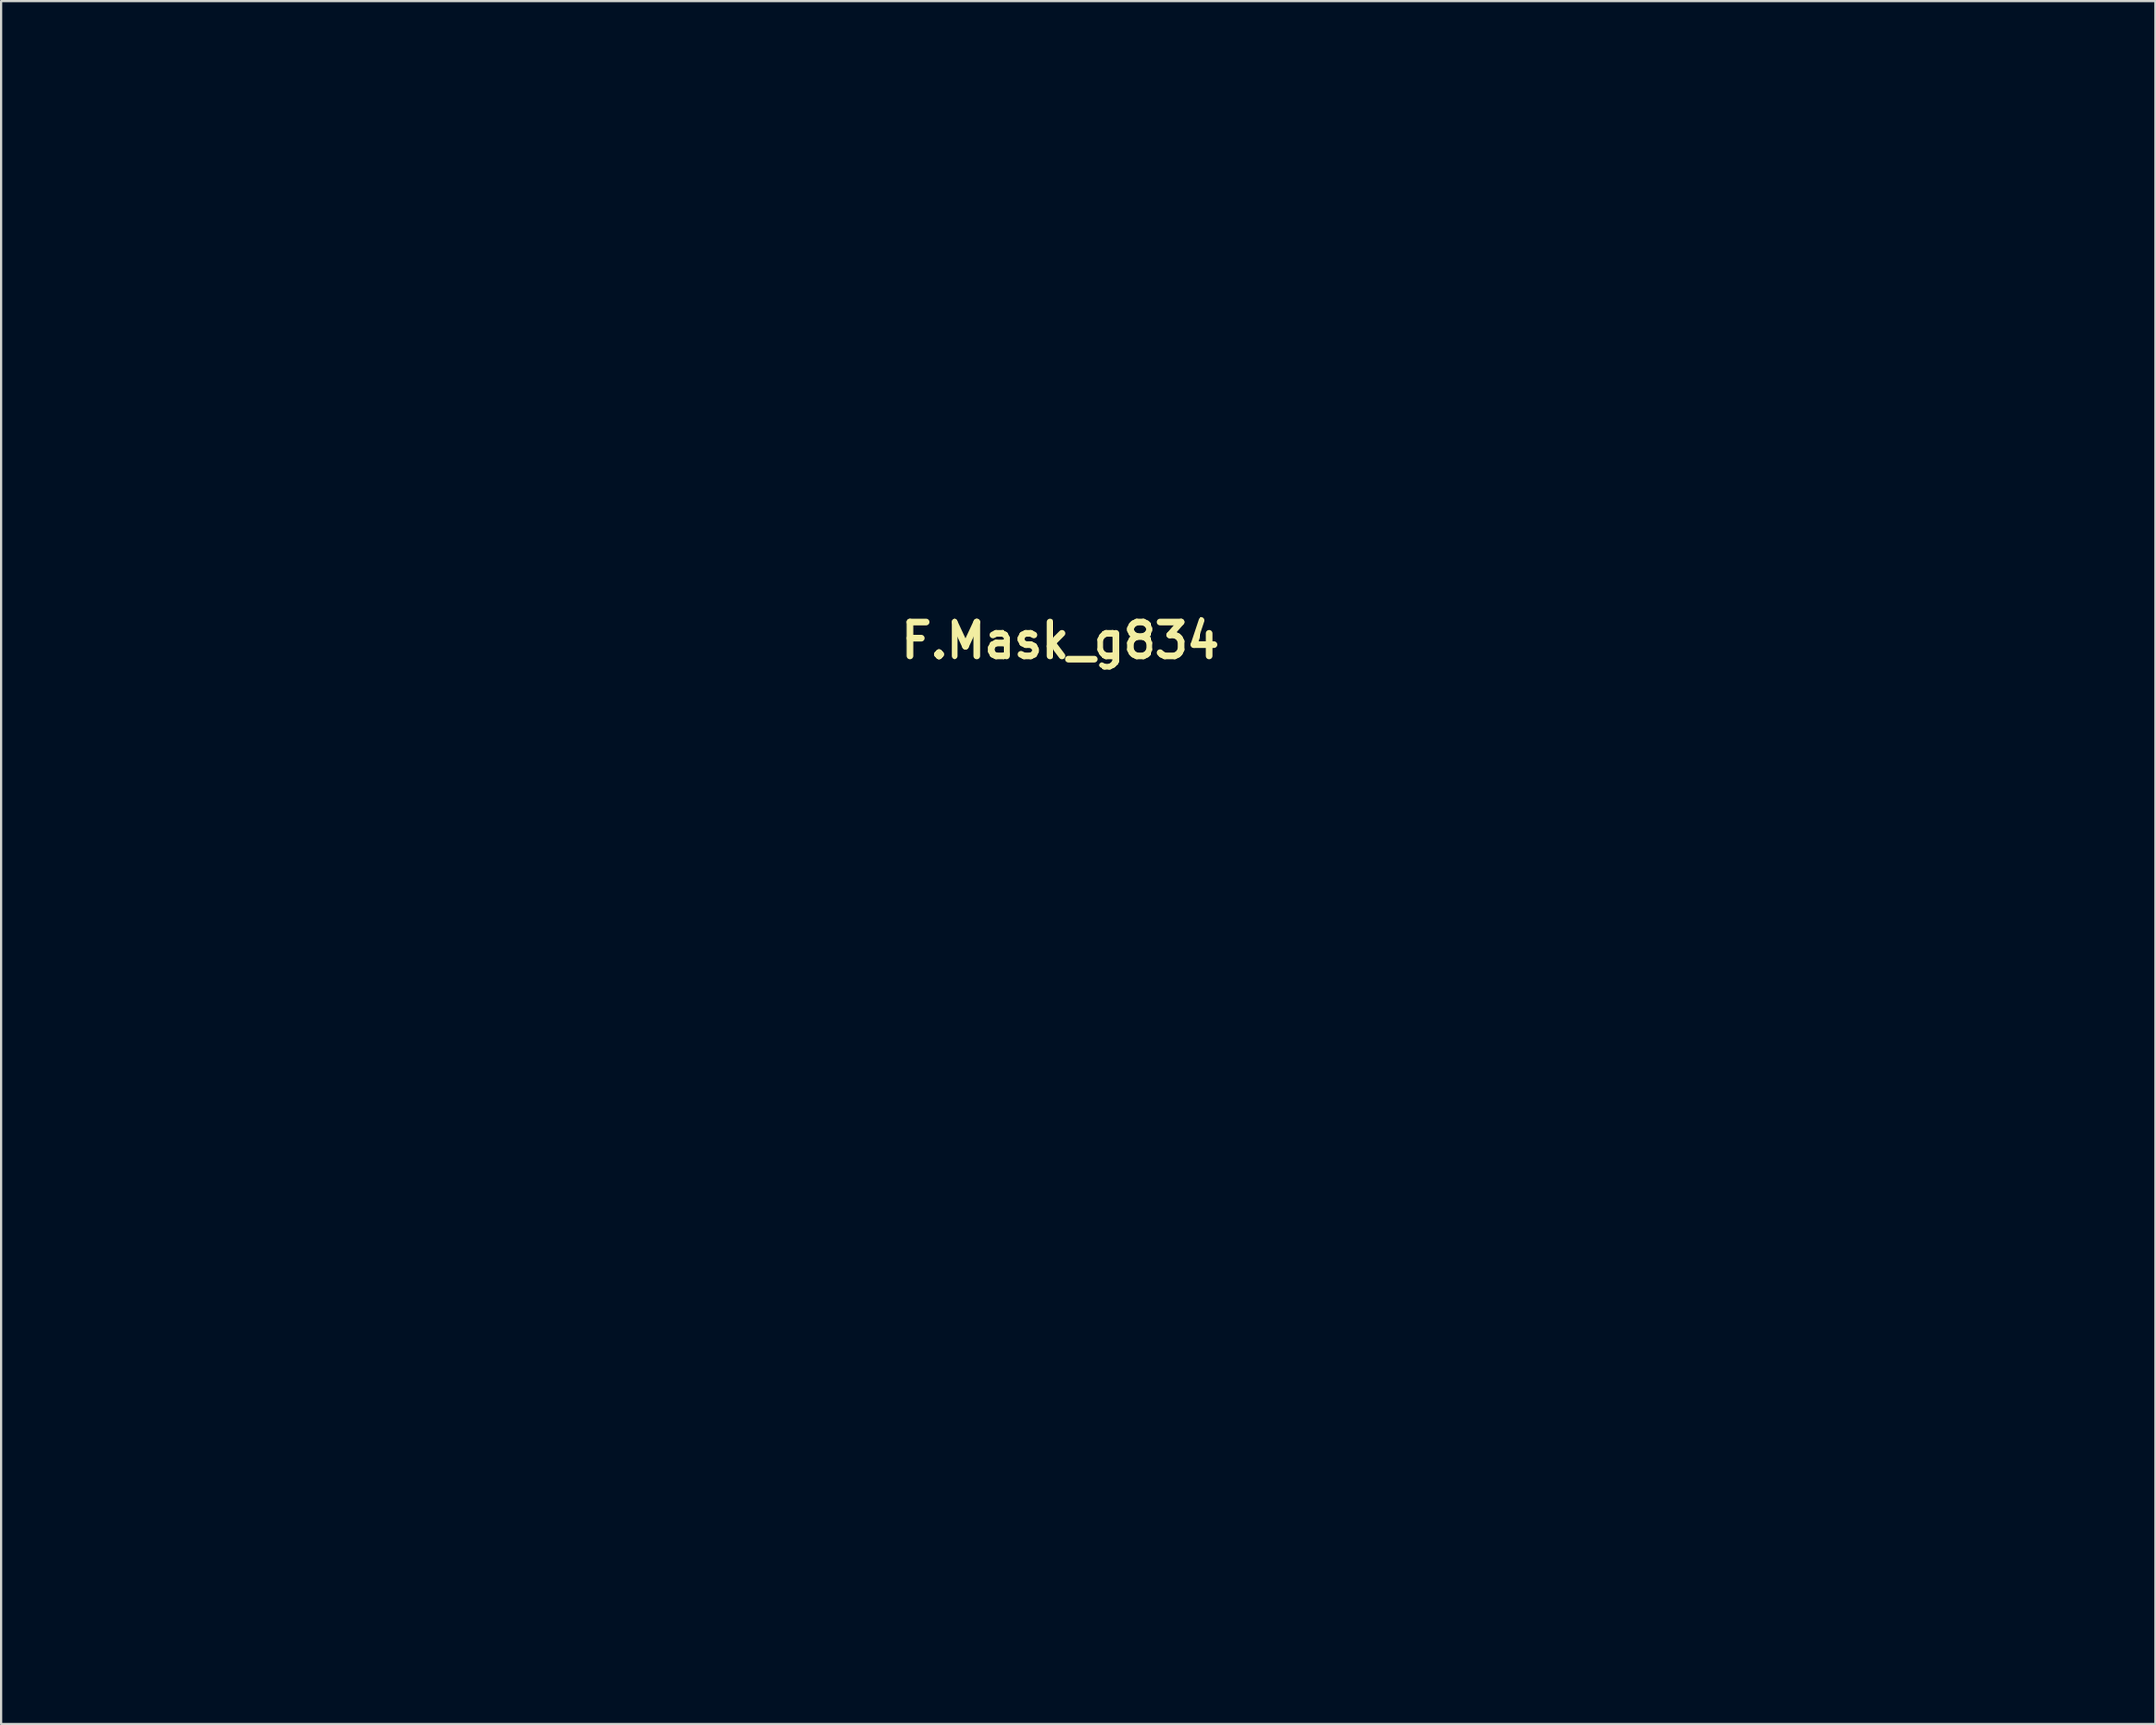
<source format=kicad_pcb>
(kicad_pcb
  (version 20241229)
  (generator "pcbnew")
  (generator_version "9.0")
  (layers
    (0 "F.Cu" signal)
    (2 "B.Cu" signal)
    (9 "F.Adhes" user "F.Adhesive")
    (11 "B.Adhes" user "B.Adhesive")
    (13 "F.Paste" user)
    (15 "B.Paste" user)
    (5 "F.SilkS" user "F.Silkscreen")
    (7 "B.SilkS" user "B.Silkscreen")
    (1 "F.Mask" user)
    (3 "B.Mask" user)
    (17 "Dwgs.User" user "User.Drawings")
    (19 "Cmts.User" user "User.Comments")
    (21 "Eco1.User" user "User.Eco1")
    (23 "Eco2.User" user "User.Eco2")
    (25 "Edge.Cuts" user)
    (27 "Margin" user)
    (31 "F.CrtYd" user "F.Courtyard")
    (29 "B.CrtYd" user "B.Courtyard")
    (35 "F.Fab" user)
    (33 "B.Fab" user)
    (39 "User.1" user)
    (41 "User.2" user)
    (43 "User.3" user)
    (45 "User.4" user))
  (footprint "F.Mask_g834"
    (layer "F.Cu")
    (at 45.598 26.336)
    (property "Reference" "F.Mask_g834" (at 0 0 0) (layer "F.SilkS") (effects (font (size 1.524 1.524) (thickness 0.3))))
    (attr through_hole)
    (fp_poly (pts (xy -37.888 1.101) (xy -39.539 1.101) (xy -39.539 -5.334) (xy -37.888 -5.334) (xy -37.888 1.101)) (stroke (width 0.01) (type solid)) (fill yes) (layer "F.Mask"))
    (fp_poly (pts (xy -33.232 26.331) (xy -34.883 26.331) (xy -34.883 19.897) (xy -33.232 19.897) (xy -33.232 26.331)) (stroke (width 0.01) (type solid)) (fill yes) (layer "F.Mask"))
    (fp_poly (pts (xy -33.105 34.629) (xy -34.756 34.629) (xy -34.756 28.194) (xy -33.105 28.194) (xy -33.105 34.629)) (stroke (width 0.01) (type solid)) (fill yes) (layer "F.Mask"))
    (fp_poly (pts (xy -31.538 -24.807) (xy -43.095 -24.807) (xy -43.095 -26.331) (xy -31.538 -26.331) (xy -31.538 -24.807)) (stroke (width 0.01) (type solid)) (fill yes) (layer "F.Mask"))
    (fp_poly (pts (xy -9.906 1.101) (xy -11.557 1.101) (xy -11.557 -5.334) (xy -9.906 -5.334) (xy -9.906 1.101)) (stroke (width 0.01) (type solid)) (fill yes) (layer "F.Mask"))
    (fp_poly (pts (xy 21.632 26.331) (xy 19.981 26.331) (xy 19.981 19.897) (xy 21.632 19.897) (xy 21.632 26.331)) (stroke (width 0.01) (type solid)) (fill yes) (layer "F.Mask"))
    (fp_poly (pts (xy 25.569 17.907) (xy 23.918 17.907) (xy 23.918 11.472) (xy 25.569 11.472) (xy 25.569 17.907)) (stroke (width 0.01) (type solid)) (fill yes) (layer "F.Mask"))
    (fp_poly (pts (xy 35.391 1.101) (xy 33.74 1.101) (xy 33.74 -5.334) (xy 35.391 -5.334) (xy 35.391 1.101)) (stroke (width 0.01) (type solid)) (fill yes) (layer "F.Mask"))
    (fp_poly (pts (xy 44.746 -24.807) (xy 33.189 -24.807) (xy 33.189 -26.331) (xy 44.746 -26.331) (xy 44.746 -24.807)) (stroke (width 0.01) (type solid)) (fill yes) (layer "F.Mask"))
    (fp_poly (pts (xy -33.411 -20.119) (xy -33.422 -16.912) (xy -34.258 -16.901) (xy -35.094 -16.889) (xy -35.094 -23.326) (xy -33.4 -23.326) (xy -33.411 -20.119)) (stroke (width 0.01) (type solid)) (fill yes) (layer "F.Mask"))
    (fp_poly (pts (xy -31.548 45.9) (xy -31.559 46.672) (xy -37.327 46.683) (xy -43.095 46.694) (xy -43.095 45.127) (xy -31.536 45.127) (xy -31.548 45.9)) (stroke (width 0.01) (type solid)) (fill yes) (layer "F.Mask"))
    (fp_poly (pts (xy 5.842 -18.161) (xy 8.763 -18.161) (xy 8.763 -16.891) (xy 4.191 -16.891) (xy 4.191 -23.326) (xy 5.842 -23.326) (xy 5.842 -18.161)) (stroke (width 0.01) (type solid)) (fill yes) (layer "F.Mask"))
    (fp_poly (pts (xy 9.652 38.862) (xy 8.635 38.862) (xy 8.646 37.666) (xy 8.657 36.47) (xy 9.155 36.458) (xy 9.652 36.446) (xy 9.652 38.862)) (stroke (width 0.01) (type solid)) (fill yes) (layer "F.Mask"))
    (fp_poly (pts (xy 15.198 33.359) (xy 18.121 33.359) (xy 18.098 34.608) (xy 13.547 34.629) (xy 13.547 28.194) (xy 15.198 28.194) (xy 15.198 33.359)) (stroke (width 0.01) (type solid)) (fill yes) (layer "F.Mask"))
    (fp_poly (pts (xy 38.693 -0.169) (xy 41.616 -0.169) (xy 41.593 1.079) (xy 37.042 1.101) (xy 37.042 -5.334) (xy 38.693 -5.334) (xy 38.693 -0.169)) (stroke (width 0.01) (type solid)) (fill yes) (layer "F.Mask"))
    (fp_poly (pts (xy 44.737 45.9) (xy 44.725 46.672) (xy 38.957 46.683) (xy 33.189 46.694) (xy 33.189 45.127) (xy 44.748 45.127) (xy 44.737 45.9)) (stroke (width 0.01) (type solid)) (fill yes) (layer "F.Mask"))
    (fp_poly (pts (xy 19.474 41.656) (xy 22.352 41.656) (xy 22.352 42.884) (xy 17.779 42.884) (xy 17.79 39.677) (xy 17.801 36.47) (xy 19.452 36.47) (xy 19.474 41.656)) (stroke (width 0.01) (type solid)) (fill yes) (layer "F.Mask"))
    (fp_poly (pts (xy -18.362 36.459) (xy -17.547 36.47) (xy -17.536 39.063) (xy -17.525 41.656) (xy -14.605 41.656) (xy -14.605 42.884) (xy -19.177 42.884) (xy -19.177 36.447) (xy -18.362 36.459)) (stroke (width 0.01) (type solid)) (fill yes) (layer "F.Mask"))
    (fp_poly (pts (xy -17.695 4.318) (xy -19.812 4.318) (xy -19.812 9.483) (xy -21.463 9.483) (xy -21.463 4.318) (xy -23.624 4.318) (xy -23.601 3.069) (xy -17.695 3.047) (xy -17.695 4.318)) (stroke (width 0.01) (type solid)) (fill yes) (layer "F.Mask"))
    (fp_poly (pts (xy -8.615 3.069) (xy -8.591 4.318) (xy -10.753 4.318) (xy -10.753 9.483) (xy -12.404 9.483) (xy -12.404 4.318) (xy -14.52 4.318) (xy -14.52 3.047) (xy -8.615 3.069)) (stroke (width 0.01) (type solid)) (fill yes) (layer "F.Mask"))
    (fp_poly (pts (xy 17.674 3.069) (xy 17.698 4.318) (xy 15.536 4.318) (xy 15.536 9.483) (xy 13.885 9.483) (xy 13.885 4.318) (xy 11.769 4.318) (xy 11.769 3.047) (xy 17.674 3.069)) (stroke (width 0.01) (type solid)) (fill yes) (layer "F.Mask"))
    (fp_poly (pts (xy -35.814 37.719) (xy -37.931 37.719) (xy -37.931 42.884) (xy -39.582 42.884) (xy -39.582 37.719) (xy -41.743 37.719) (xy -41.731 37.095) (xy -41.719 36.47) (xy -35.814 36.448) (xy -35.814 37.719)) (stroke (width 0.01) (type solid)) (fill yes) (layer "F.Mask"))
    (fp_poly (pts (xy -8.17 12.742) (xy -10.964 12.742) (xy -10.964 13.928) (xy -8.34 13.928) (xy -8.34 15.198) (xy -10.964 15.198) (xy -10.964 17.907) (xy -12.615 17.907) (xy -12.615 11.472) (xy -8.17 11.472) (xy -8.17 12.742)) (stroke (width 0.01) (type solid)) (fill yes) (layer "F.Mask"))
    (fp_poly (pts (xy 11.43 -4.106) (xy 9.314 -4.106) (xy 9.292 1.079) (xy 7.663 1.102) (xy 7.652 -1.491) (xy 7.641 -4.085) (xy 6.572 -4.096) (xy 5.503 -4.108) (xy 5.503 -5.334) (xy 11.43 -5.334) (xy 11.43 -4.106)) (stroke (width 0.01) (type solid)) (fill yes) (layer "F.Mask"))
    (fp_poly (pts (xy 24.078 -22.701) (xy 24.067 -22.077) (xy 22.998 -22.066) (xy 21.929 -22.054) (xy 21.929 -16.891) (xy 20.278 -16.891) (xy 20.278 -22.056) (xy 18.161 -22.056) (xy 18.161 -23.326) (xy 24.09 -23.326) (xy 24.078 -22.701)) (stroke (width 0.01) (type solid)) (fill yes) (layer "F.Mask"))
    (fp_poly (pts (xy 20.193 5.503) (xy 22.648 5.503) (xy 22.648 3.048) (xy 24.299 3.048) (xy 24.299 9.483) (xy 22.648 9.483) (xy 22.648 6.773) (xy 20.193 6.773) (xy 20.193 9.483) (xy 18.542 9.483) (xy 18.542 3.048) (xy 20.193 3.048) (xy 20.193 5.503)) (stroke (width 0.01) (type solid)) (fill yes) (layer "F.Mask"))
    (fp_poly (pts (xy 22.385 12.097) (xy 22.373 12.721) (xy 19.558 12.743) (xy 19.558 13.928) (xy 22.227 13.928) (xy 22.204 15.177) (xy 20.881 15.188) (xy 19.558 15.199) (xy 19.558 17.907) (xy 17.907 17.907) (xy 17.907 11.472) (xy 22.397 11.472) (xy 22.385 12.097)) (stroke (width 0.01) (type solid)) (fill yes) (layer "F.Mask"))
    (fp_poly (pts (xy 29.379 -22.056) (xy 26.585 -22.056) (xy 26.585 -20.87) (xy 29.21 -20.87) (xy 29.21 -19.643) (xy 26.585 -19.643) (xy 26.585 -18.161) (xy 29.506 -18.161) (xy 29.506 -16.891) (xy 24.934 -16.891) (xy 24.934 -23.326) (xy 29.379 -23.326) (xy 29.379 -22.056)) (stroke (width 0.01) (type solid)) (fill yes) (layer "F.Mask"))
    (fp_poly (pts (xy 37.169 4.318) (xy 34.375 4.318) (xy 34.375 5.503) (xy 36.999 5.503) (xy 36.999 6.773) (xy 34.375 6.773) (xy 34.375 8.255) (xy 37.296 8.255) (xy 37.296 9.483) (xy 32.724 9.483) (xy 32.724 3.048) (xy 37.169 3.048) (xy 37.169 4.318)) (stroke (width 0.01) (type solid)) (fill yes) (layer "F.Mask"))
    (fp_poly (pts (xy 38.523 12.742) (xy 35.687 12.742) (xy 35.687 13.928) (xy 38.354 13.928) (xy 38.354 15.198) (xy 35.687 15.198) (xy 35.687 16.637) (xy 38.608 16.637) (xy 38.608 17.907) (xy 34.036 17.907) (xy 34.036 11.472) (xy 38.523 11.472) (xy 38.523 12.742)) (stroke (width 0.01) (type solid)) (fill yes) (layer "F.Mask"))
    (fp_poly (pts (xy -19.6 29.421) (xy -22.416 29.443) (xy -22.416 30.628) (xy -21.093 30.639) (xy -19.77 30.651) (xy -19.77 31.877) (xy -22.437 31.877) (xy -22.437 33.359) (xy -19.516 33.359) (xy -19.516 34.629) (xy -24.088 34.629) (xy -24.088 28.194) (xy -19.6 28.194) (xy -19.6 29.421)) (stroke (width 0.01) (type solid)) (fill yes) (layer "F.Mask"))
    (fp_poly (pts (xy -4.487 29.422) (xy -7.324 29.422) (xy -7.324 30.649) (xy -4.657 30.649) (xy -4.657 31.877) (xy -7.324 31.877) (xy -7.324 33.359) (xy -4.4 33.359) (xy -4.424 34.608) (xy -6.699 34.618) (xy -8.975 34.629) (xy -8.975 28.194) (xy -4.487 28.194) (xy -4.487 29.422)) (stroke (width 0.01) (type solid)) (fill yes) (layer "F.Mask"))
    (fp_poly (pts (xy 14.299 -22.701) (xy 14.287 -22.077) (xy 12.88 -22.066) (xy 11.472 -22.055) (xy 11.472 -20.87) (xy 14.139 -20.87) (xy 14.139 -19.644) (xy 12.816 -19.633) (xy 11.493 -19.622) (xy 11.471 -16.891) (xy 9.821 -16.891) (xy 9.821 -23.326) (xy 14.311 -23.326) (xy 14.299 -22.701)) (stroke (width 0.01) (type solid)) (fill yes) (layer "F.Mask"))
    (fp_poly (pts (xy 36.449 29.422) (xy 33.655 29.422) (xy 33.655 30.649) (xy 36.28 30.649) (xy 36.28 31.877) (xy 33.655 31.877) (xy 33.655 33.359) (xy 36.578 33.359) (xy 36.555 34.608) (xy 34.279 34.618) (xy 32.004 34.629) (xy 32.004 28.194) (xy 36.449 28.194) (xy 36.449 29.422)) (stroke (width 0.01) (type solid)) (fill yes) (layer "F.Mask"))
    (fp_poly (pts (xy 43.225 4.318) (xy 40.386 4.318) (xy 40.386 5.503) (xy 43.053 5.503) (xy 43.053 6.773) (xy 40.386 6.773) (xy 40.386 8.255) (xy 43.307 8.255) (xy 43.307 9.483) (xy 38.734 9.483) (xy 38.745 6.276) (xy 38.756 3.069) (xy 43.201 3.069) (xy 43.225 4.318)) (stroke (width 0.01) (type solid)) (fill yes) (layer "F.Mask"))
    (fp_poly (pts (xy -41.106 -4.107) (xy -42.513 -4.096) (xy -43.921 -4.085) (xy -43.921 -2.9) (xy -42.598 -2.889) (xy -41.275 -2.877) (xy -41.275 -1.652) (xy -42.598 -1.641) (xy -43.921 -1.63) (xy -43.932 -0.265) (xy -43.943 1.101) (xy -45.593 1.101) (xy -45.593 -5.334) (xy -41.106 -5.334) (xy -41.106 -4.107)) (stroke (width 0.01) (type solid)) (fill yes) (layer "F.Mask"))
    (fp_poly (pts (xy -20.741 37.719) (xy -23.58 37.719) (xy -23.58 38.904) (xy -20.913 38.904) (xy -20.913 40.174) (xy -23.582 40.174) (xy -23.558 41.635) (xy -22.109 41.646) (xy -20.659 41.657) (xy -20.659 42.884) (xy -25.231 42.884) (xy -25.22 39.677) (xy -25.209 36.47) (xy -20.765 36.47) (xy -20.741 37.719)) (stroke (width 0.01) (type solid)) (fill yes) (layer "F.Mask"))
    (fp_poly (pts (xy -17.272 12.742) (xy -20.066 12.742) (xy -20.066 13.928) (xy -17.397 13.928) (xy -17.42 15.177) (xy -18.743 15.188) (xy -20.066 15.199) (xy -20.066 16.636) (xy -18.616 16.647) (xy -17.166 16.658) (xy -17.143 17.907) (xy -21.717 17.907) (xy -21.717 11.472) (xy -17.272 11.472) (xy -17.272 12.742)) (stroke (width 0.01) (type solid)) (fill yes) (layer "F.Mask"))
    (fp_poly (pts (xy -10.922 21.124) (xy -13.716 21.124) (xy -13.716 22.352) (xy -11.049 22.352) (xy -11.049 23.58) (xy -13.716 23.58) (xy -13.716 25.061) (xy -10.793 25.061) (xy -10.804 25.686) (xy -10.816 26.31) (xy -13.092 26.321) (xy -15.367 26.332) (xy -15.367 19.897) (xy -10.922 19.897) (xy -10.922 21.124)) (stroke (width 0.01) (type solid)) (fill yes) (layer "F.Mask"))
    (fp_poly (pts (xy -8.34 -20.87) (xy -5.884 -20.87) (xy -5.884 -23.326) (xy -4.233 -23.326) (xy -4.233 -16.891) (xy -5.883 -16.891) (xy -5.894 -18.256) (xy -5.905 -19.622) (xy -7.123 -19.633) (xy -8.34 -19.644) (xy -8.34 -16.891) (xy -9.991 -16.891) (xy -9.991 -23.326) (xy -8.34 -23.326) (xy -8.34 -20.87)) (stroke (width 0.01) (type solid)) (fill yes) (layer "F.Mask"))
    (fp_poly (pts (xy -6.096 -13.674) (xy -8.89 -13.674) (xy -8.89 -12.446) (xy -6.265 -12.446) (xy -6.265 -11.218) (xy -8.89 -11.218) (xy -8.89 -9.737) (xy -5.967 -9.737) (xy -5.978 -9.112) (xy -5.99 -8.488) (xy -8.266 -8.477) (xy -10.541 -8.466) (xy -10.541 -14.901) (xy -6.096 -14.901) (xy -6.096 -13.674)) (stroke (width 0.01) (type solid)) (fill yes) (layer "F.Mask"))
    (fp_poly (pts (xy 18.415 21.124) (xy 15.621 21.124) (xy 15.621 22.352) (xy 18.246 22.352) (xy 18.246 23.58) (xy 15.621 23.58) (xy 15.621 25.061) (xy 18.544 25.061) (xy 18.533 25.686) (xy 18.521 26.31) (xy 16.245 26.321) (xy 13.97 26.332) (xy 13.97 19.897) (xy 18.415 19.897) (xy 18.415 21.124)) (stroke (width 0.01) (type solid)) (fill yes) (layer "F.Mask"))
    (fp_poly (pts (xy 25.527 -13.674) (xy 22.733 -13.674) (xy 22.733 -12.446) (xy 25.358 -12.446) (xy 25.358 -11.218) (xy 22.733 -11.218) (xy 22.733 -9.737) (xy 25.656 -9.737) (xy 25.645 -9.112) (xy 25.633 -8.488) (xy 23.357 -8.477) (xy 21.082 -8.466) (xy 21.082 -14.901) (xy 25.527 -14.901) (xy 25.527 -13.674)) (stroke (width 0.01) (type solid)) (fill yes) (layer "F.Mask"))
    (fp_poly (pts (xy -5.726 36.459) (xy -3.493 36.47) (xy -3.469 37.719) (xy -6.308 37.719) (xy -6.308 38.903) (xy -4.985 38.914) (xy -3.662 38.925) (xy -3.65 39.55) (xy -3.638 40.174) (xy -6.308 40.174) (xy -6.308 41.656) (xy -3.387 41.656) (xy -3.387 42.884) (xy -7.959 42.884) (xy -7.959 36.448) (xy -5.726 36.459)) (stroke (width 0.01) (type solid)) (fill yes) (layer "F.Mask"))
    (fp_poly (pts (xy 16.764 -4.107) (xy 15.356 -4.096) (xy 13.949 -4.085) (xy 13.949 -2.9) (xy 15.272 -2.889) (xy 16.595 -2.877) (xy 16.595 -1.652) (xy 15.272 -1.641) (xy 13.949 -1.63) (xy 13.926 -0.169) (xy 16.849 -0.169) (xy 16.849 1.101) (xy 12.277 1.101) (xy 12.277 -5.334) (xy 16.764 -5.334) (xy 16.764 -4.107)) (stroke (width 0.01) (type solid)) (fill yes) (layer "F.Mask"))
    (fp_poly (pts (xy 32.173 22.353) (xy 33.39 22.342) (xy 34.608 22.331) (xy 34.619 21.114) (xy 34.63 19.897) (xy 36.28 19.897) (xy 36.258 26.31) (xy 35.444 26.322) (xy 34.63 26.333) (xy 34.619 24.967) (xy 34.608 23.601) (xy 33.39 23.59) (xy 32.173 23.578) (xy 32.173 26.331) (xy 30.522 26.331) (xy 30.522 19.897) (xy 32.173 19.897) (xy 32.173 22.353)) (stroke (width 0.01) (type solid)) (fill yes) (layer "F.Mask"))
    (fp_poly (pts (xy -21.05 -20.119) (xy -21.061 -16.912) (xy -21.868 -16.901) (xy -22.121 -16.899) (xy -22.345 -16.9) (xy -22.526 -16.903) (xy -22.65 -16.909) (xy -22.703 -16.918) (xy -22.704 -16.918) (xy -22.709 -16.964) (xy -22.713 -17.088) (xy -22.717 -17.284) (xy -22.721 -17.544) (xy -22.724 -17.863) (xy -22.727 -18.233) (xy -22.73 -18.648) (xy -22.731 -19.102) (xy -22.733 -19.587) (xy -22.733 -20.098) (xy -22.733 -20.137) (xy -22.733 -23.326) (xy -21.039 -23.326) (xy -21.05 -20.119)) (stroke (width 0.01) (type solid)) (fill yes) (layer "F.Mask"))
    (fp_poly (pts (xy -26.628 -22.056) (xy -28.744 -22.056) (xy -28.765 -16.912) (xy -29.572 -16.901) (xy -29.826 -16.899) (xy -30.05 -16.9) (xy -30.23 -16.903) (xy -30.354 -16.909) (xy -30.408 -16.918) (xy -30.409 -16.918) (xy -30.414 -16.965) (xy -30.419 -17.088) (xy -30.423 -17.282) (xy -30.427 -17.538) (xy -30.431 -17.849) (xy -30.434 -18.208) (xy -30.436 -18.606) (xy -30.437 -19.038) (xy -30.438 -19.495) (xy -30.438 -22.056) (xy -32.554 -22.056) (xy -32.554 -23.326) (xy -26.628 -23.326) (xy -26.628 -22.056)) (stroke (width 0.01) (type solid)) (fill yes) (layer "F.Mask"))
    (fp_poly (pts (xy -11.388 -13.674) (xy -13.547 -13.674) (xy -13.547 -8.467) (xy -14.344 -8.467) (xy -14.596 -8.468) (xy -14.818 -8.472) (xy -14.996 -8.478) (xy -15.118 -8.486) (xy -15.169 -8.495) (xy -15.169 -8.495) (xy -15.174 -8.541) (xy -15.179 -8.665) (xy -15.184 -8.858) (xy -15.188 -9.114) (xy -15.191 -9.425) (xy -15.194 -9.784) (xy -15.196 -10.184) (xy -15.197 -10.616) (xy -15.198 -11.074) (xy -15.198 -11.098) (xy -15.198 -13.674) (xy -17.314 -13.674) (xy -17.314 -14.901) (xy -11.388 -14.901) (xy -11.388 -13.674)) (stroke (width 0.01) (type solid)) (fill yes) (layer "F.Mask"))
    (fp_poly (pts (xy 32.893 -4.106) (xy 30.777 -4.106) (xy 30.755 1.079) (xy 29.948 1.091) (xy 29.695 1.093) (xy 29.471 1.092) (xy 29.29 1.088) (xy 29.166 1.082) (xy 29.113 1.074) (xy 29.112 1.073) (xy 29.107 1.027) (xy 29.102 0.903) (xy 29.098 0.71) (xy 29.093 0.453) (xy 29.09 0.142) (xy 29.087 -0.217) (xy 29.085 -0.616) (xy 29.084 -1.049) (xy 29.083 -1.507) (xy 29.083 -1.531) (xy 29.083 -4.106) (xy 26.966 -4.106) (xy 26.966 -5.334) (xy 32.893 -5.334) (xy 32.893 -4.106)) (stroke (width 0.01) (type solid)) (fill yes) (layer "F.Mask"))
    (fp_poly (pts (xy 43.053 21.124) (xy 40.937 21.124) (xy 40.926 23.717) (xy 40.915 26.31) (xy 40.108 26.322) (xy 39.855 26.324) (xy 39.631 26.323) (xy 39.45 26.319) (xy 39.326 26.313) (xy 39.273 26.304) (xy 39.272 26.304) (xy 39.267 26.258) (xy 39.262 26.134) (xy 39.258 25.94) (xy 39.253 25.684) (xy 39.25 25.373) (xy 39.247 25.014) (xy 39.245 24.614) (xy 39.244 24.182) (xy 39.243 23.723) (xy 39.243 23.7) (xy 39.243 21.124) (xy 37.126 21.124) (xy 37.126 19.897) (xy 43.053 19.897) (xy 43.053 21.124)) (stroke (width 0.01) (type solid)) (fill yes) (layer "F.Mask"))
    (fp_poly (pts (xy -9.821 29.42) (xy -10.89 29.432) (xy -11.959 29.443) (xy -11.97 32.036) (xy -11.981 34.629) (xy -12.778 34.629) (xy -13.03 34.627) (xy -13.252 34.623) (xy -13.43 34.617) (xy -13.552 34.609) (xy -13.603 34.601) (xy -13.603 34.6) (xy -13.608 34.554) (xy -13.613 34.431) (xy -13.617 34.237) (xy -13.621 33.981) (xy -13.625 33.67) (xy -13.627 33.311) (xy -13.629 32.912) (xy -13.631 32.479) (xy -13.631 32.021) (xy -13.631 31.997) (xy -13.631 29.422) (xy -15.748 29.422) (xy -15.748 28.194) (xy -9.821 28.194) (xy -9.821 29.42)) (stroke (width 0.01) (type solid)) (fill yes) (layer "F.Mask"))
    (fp_poly (pts (xy 10.499 -13.675) (xy 9.43 -13.664) (xy 8.361 -13.652) (xy 8.35 -11.06) (xy 8.339 -8.467) (xy 7.542 -8.467) (xy 7.29 -8.468) (xy 7.068 -8.472) (xy 6.89 -8.478) (xy 6.768 -8.486) (xy 6.717 -8.495) (xy 6.717 -8.495) (xy 6.712 -8.541) (xy 6.707 -8.665) (xy 6.703 -8.858) (xy 6.699 -9.114) (xy 6.695 -9.425) (xy 6.693 -9.784) (xy 6.691 -10.184) (xy 6.689 -10.616) (xy 6.689 -11.074) (xy 6.689 -11.098) (xy 6.689 -13.674) (xy 4.572 -13.674) (xy 4.572 -14.901) (xy 10.499 -14.901) (xy 10.499 -13.675)) (stroke (width 0.01) (type solid)) (fill yes) (layer "F.Mask"))
    (fp_poly (pts (xy 44.323 -0.169) (xy 47.202 -0.169) (xy 47.202 1.101) (xy 44.944 1.101) (xy 44.514 1.1) (xy 44.111 1.099) (xy 43.741 1.096) (xy 43.412 1.093) (xy 43.133 1.089) (xy 42.911 1.085) (xy 42.754 1.08) (xy 42.67 1.075) (xy 42.658 1.072) (xy 42.653 1.027) (xy 42.649 0.903) (xy 42.645 0.707) (xy 42.641 0.447) (xy 42.638 0.129) (xy 42.635 -0.241) (xy 42.633 -0.657) (xy 42.631 -1.11) (xy 42.63 -1.595) (xy 42.63 -2.106) (xy 42.63 -2.145) (xy 42.63 -5.334) (xy 44.323 -5.334) (xy 44.323 -0.169)) (stroke (width 0.01) (type solid)) (fill yes) (layer "F.Mask"))
    (fp_poly (pts (xy 6.494 22.045) (xy 6.703 22.44) (xy 6.901 22.813) (xy 7.084 23.156) (xy 7.249 23.465) (xy 7.392 23.73) (xy 7.509 23.947) (xy 7.596 24.108) (xy 7.651 24.205) (xy 7.668 24.234) (xy 7.675 24.201) (xy 7.682 24.09) (xy 7.688 23.909) (xy 7.694 23.664) (xy 7.698 23.362) (xy 7.701 23.01) (xy 7.704 22.615) (xy 7.705 22.184) (xy 7.705 22.085) (xy 7.705 19.897) (xy 9.271 19.897) (xy 9.271 26.331) (xy 7.417 26.331) (xy 5.101 21.962) (xy 5.079 26.331) (xy 3.514 26.331) (xy 3.514 19.897) (xy 5.357 19.897) (xy 6.494 22.045)) (stroke (width 0.01) (type solid)) (fill yes) (layer "F.Mask"))
    (fp_poly (pts (xy 38.952 28.204) (xy 39.889 28.215) (xy 41.037 30.379) (xy 42.185 32.543) (xy 42.196 30.369) (xy 42.207 28.194) (xy 43.773 28.194) (xy 43.773 34.629) (xy 42.868 34.629) (xy 42.543 34.627) (xy 42.296 34.623) (xy 42.118 34.615) (xy 42 34.603) (xy 41.936 34.586) (xy 41.921 34.576) (xy 41.894 34.53) (xy 41.832 34.415) (xy 41.737 34.24) (xy 41.613 34.01) (xy 41.465 33.732) (xy 41.295 33.414) (xy 41.108 33.062) (xy 40.906 32.683) (xy 40.741 32.372) (xy 39.603 30.222) (xy 39.592 32.425) (xy 39.581 34.629) (xy 38.015 34.629) (xy 38.015 28.192) (xy 38.952 28.204)) (stroke (width 0.01) (type solid)) (fill yes) (layer "F.Mask"))
    (fp_poly (pts (xy -1.082 28.215) (xy 1.206 32.533) (xy 1.217 30.364) (xy 1.228 28.194) (xy 2.794 28.194) (xy 2.794 34.63) (xy 1.875 34.619) (xy 0.956 34.608) (xy -0.21 32.407) (xy -1.376 30.206) (xy -1.387 32.417) (xy -1.398 34.629) (xy -2.152 34.629) (xy -2.397 34.627) (xy -2.612 34.623) (xy -2.782 34.617) (xy -2.895 34.609) (xy -2.935 34.6) (xy -2.94 34.555) (xy -2.944 34.431) (xy -2.948 34.235) (xy -2.952 33.975) (xy -2.955 33.657) (xy -2.958 33.287) (xy -2.96 32.871) (xy -2.962 32.418) (xy -2.963 31.933) (xy -2.963 31.422) (xy -2.963 31.382) (xy -2.963 28.192) (xy -1.082 28.215)) (stroke (width 0.01) (type solid)) (fill yes) (layer "F.Mask"))
    (fp_poly (pts (xy -2.508 -2.127) (xy -2.519 1.079) (xy -4.372 1.079) (xy -5.52 -1.085) (xy -6.668 -3.249) (xy -6.689 -1.085) (xy -6.71 1.079) (xy -7.474 1.091) (xy -7.721 1.093) (xy -7.937 1.092) (xy -8.11 1.088) (xy -8.225 1.081) (xy -8.268 1.073) (xy -8.273 1.027) (xy -8.277 0.903) (xy -8.281 0.708) (xy -8.285 0.447) (xy -8.289 0.129) (xy -8.292 -0.241) (xy -8.294 -0.657) (xy -8.296 -1.11) (xy -8.297 -1.596) (xy -8.297 -2.106) (xy -8.297 -2.145) (xy -8.297 -5.334) (xy -7.355 -5.333) (xy -6.413 -5.331) (xy -4.128 -1.004) (xy -4.117 -3.169) (xy -4.106 -5.334) (xy -2.497 -5.334) (xy -2.508 -2.127)) (stroke (width 0.01) (type solid)) (fill yes) (layer "F.Mask"))
    (fp_poly (pts (xy 37.899 36.459) (xy 38.714 36.47) (xy 38.735 37.631) (xy 38.756 38.792) (xy 39.949 37.62) (xy 41.141 36.449) (xy 42.076 36.449) (xy 42.347 36.45) (xy 42.587 36.453) (xy 42.784 36.458) (xy 42.927 36.464) (xy 43.002 36.472) (xy 43.011 36.475) (xy 42.981 36.509) (xy 42.897 36.597) (xy 42.764 36.732) (xy 42.588 36.91) (xy 42.374 37.124) (xy 42.128 37.369) (xy 41.856 37.639) (xy 41.563 37.929) (xy 41.484 38.007) (xy 39.956 39.512) (xy 41.642 41.198) (xy 43.328 42.884) (xy 41.254 42.884) (xy 39.995 41.625) (xy 38.735 40.365) (xy 38.735 42.884) (xy 37.084 42.884) (xy 37.084 36.447) (xy 37.899 36.459)) (stroke (width 0.01) (type solid)) (fill yes) (layer "F.Mask"))
    (fp_poly (pts (xy -28.19 11.482) (xy -27.255 11.493) (xy -26.105 13.661) (xy -24.956 15.828) (xy -24.945 13.65) (xy -24.934 11.472) (xy -23.368 11.472) (xy -23.368 17.907) (xy -25.209 17.905) (xy -26.331 15.784) (xy -26.54 15.391) (xy -26.737 15.018) (xy -26.92 14.675) (xy -27.085 14.366) (xy -27.228 14.099) (xy -27.345 13.882) (xy -27.433 13.72) (xy -27.488 13.622) (xy -27.505 13.594) (xy -27.517 13.594) (xy -27.527 13.633) (xy -27.535 13.715) (xy -27.542 13.846) (xy -27.547 14.032) (xy -27.551 14.278) (xy -27.554 14.589) (xy -27.556 14.972) (xy -27.557 15.43) (xy -27.558 15.716) (xy -27.559 17.907) (xy -29.125 17.907) (xy -29.125 11.471) (xy -28.19 11.482)) (stroke (width 0.01) (type solid)) (fill yes) (layer "F.Mask"))
    (fp_poly (pts (xy -25.718 34.608) (xy -27.564 34.608) (xy -28.715 32.438) (xy -29.866 30.268) (xy -29.887 32.438) (xy -29.909 34.608) (xy -30.681 34.619) (xy -31.454 34.631) (xy -31.454 28.194) (xy -29.612 28.195) (xy -28.49 30.315) (xy -28.282 30.709) (xy -28.084 31.081) (xy -27.901 31.425) (xy -27.737 31.734) (xy -27.594 32) (xy -27.476 32.218) (xy -27.388 32.379) (xy -27.334 32.478) (xy -27.317 32.506) (xy -27.305 32.506) (xy -27.295 32.468) (xy -27.287 32.386) (xy -27.28 32.255) (xy -27.274 32.069) (xy -27.27 31.824) (xy -27.267 31.513) (xy -27.265 31.131) (xy -27.264 30.674) (xy -27.264 30.385) (xy -27.263 28.194) (xy -25.696 28.194) (xy -25.718 34.608)) (stroke (width 0.01) (type solid)) (fill yes) (layer "F.Mask"))
    (fp_poly (pts (xy -24.977 -4.106) (xy -27.771 -4.106) (xy -27.771 -2.879) (xy -25.146 -2.879) (xy -25.146 -1.651) (xy -27.771 -1.651) (xy -27.771 -0.169) (xy -24.892 -0.169) (xy -24.892 1.101) (xy -27.15 1.101) (xy -27.579 1.1) (xy -27.983 1.099) (xy -28.353 1.096) (xy -28.682 1.093) (xy -28.961 1.089) (xy -29.183 1.085) (xy -29.34 1.08) (xy -29.424 1.075) (xy -29.436 1.072) (xy -29.44 1.027) (xy -29.445 0.903) (xy -29.449 0.707) (xy -29.452 0.447) (xy -29.456 0.129) (xy -29.458 -0.241) (xy -29.461 -0.657) (xy -29.462 -1.11) (xy -29.464 -1.595) (xy -29.464 -2.106) (xy -29.464 -2.145) (xy -29.464 -5.334) (xy -24.977 -5.334) (xy -24.977 -4.106)) (stroke (width 0.01) (type solid)) (fill yes) (layer "F.Mask"))
    (fp_poly (pts (xy 31.88 -23.316) (xy 32.815 -23.305) (xy 35.115 -18.967) (xy 35.126 -21.146) (xy 35.137 -23.326) (xy 36.703 -23.326) (xy 36.703 -16.891) (xy 35.782 -16.892) (xy 34.861 -16.892) (xy 33.74 -19.013) (xy 33.531 -19.406) (xy 33.334 -19.779) (xy 33.151 -20.122) (xy 32.986 -20.431) (xy 32.843 -20.698) (xy 32.726 -20.915) (xy 32.638 -21.077) (xy 32.583 -21.175) (xy 32.566 -21.203) (xy 32.554 -21.203) (xy 32.544 -21.165) (xy 32.536 -21.083) (xy 32.529 -20.952) (xy 32.524 -20.766) (xy 32.52 -20.521) (xy 32.517 -20.21) (xy 32.515 -19.828) (xy 32.514 -19.37) (xy 32.513 -19.082) (xy 32.512 -16.891) (xy 30.946 -16.891) (xy 30.946 -23.327) (xy 31.88 -23.316)) (stroke (width 0.01) (type solid)) (fill yes) (layer "F.Mask"))
    (fp_poly (pts (xy 1.947 21.123) (xy 0.54 21.134) (xy -0.868 21.145) (xy -0.868 22.331) (xy 0.455 22.342) (xy 1.778 22.353) (xy 1.778 23.578) (xy 0.455 23.59) (xy -0.868 23.601) (xy -0.891 25.061) (xy 2.032 25.061) (xy 2.032 26.331) (xy -0.226 26.331) (xy -0.655 26.331) (xy -1.059 26.329) (xy -1.429 26.327) (xy -1.758 26.324) (xy -2.037 26.32) (xy -2.259 26.316) (xy -2.416 26.311) (xy -2.5 26.306) (xy -2.512 26.303) (xy -2.516 26.257) (xy -2.521 26.133) (xy -2.525 25.938) (xy -2.528 25.678) (xy -2.532 25.359) (xy -2.534 24.989) (xy -2.537 24.574) (xy -2.538 24.121) (xy -2.54 23.635) (xy -2.54 23.125) (xy -2.54 23.086) (xy -2.54 19.897) (xy 1.947 19.897) (xy 1.947 21.123)) (stroke (width 0.01) (type solid)) (fill yes) (layer "F.Mask"))
    (fp_poly (pts (xy 11.98 29.421) (xy 10.573 29.432) (xy 9.165 29.443) (xy 9.165 30.628) (xy 10.488 30.639) (xy 11.811 30.651) (xy 11.811 31.876) (xy 10.488 31.887) (xy 9.165 31.898) (xy 9.142 33.359) (xy 12.065 33.359) (xy 12.065 34.629) (xy 9.807 34.629) (xy 9.378 34.628) (xy 8.974 34.627) (xy 8.604 34.624) (xy 8.275 34.621) (xy 7.996 34.617) (xy 7.774 34.613) (xy 7.617 34.608) (xy 7.533 34.603) (xy 7.521 34.6) (xy 7.517 34.555) (xy 7.512 34.431) (xy 7.508 34.235) (xy 7.505 33.975) (xy 7.501 33.657) (xy 7.499 33.287) (xy 7.496 32.871) (xy 7.495 32.418) (xy 7.493 31.933) (xy 7.493 31.422) (xy 7.493 31.383) (xy 7.493 28.194) (xy 11.98 28.194) (xy 11.98 29.421)) (stroke (width 0.01) (type solid)) (fill yes) (layer "F.Mask"))
    (fp_poly (pts (xy 23.622 29.421) (xy 22.214 29.432) (xy 20.807 29.443) (xy 20.807 30.628) (xy 22.13 30.639) (xy 23.453 30.651) (xy 23.453 31.876) (xy 22.13 31.887) (xy 20.807 31.898) (xy 20.784 33.359) (xy 23.707 33.359) (xy 23.707 34.629) (xy 21.449 34.629) (xy 21.019 34.628) (xy 20.616 34.627) (xy 20.246 34.624) (xy 19.917 34.621) (xy 19.638 34.617) (xy 19.416 34.613) (xy 19.259 34.608) (xy 19.175 34.603) (xy 19.163 34.6) (xy 19.158 34.555) (xy 19.154 34.431) (xy 19.15 34.235) (xy 19.146 33.975) (xy 19.143 33.657) (xy 19.14 33.287) (xy 19.138 32.871) (xy 19.136 32.418) (xy 19.135 31.933) (xy 19.135 31.422) (xy 19.135 31.383) (xy 19.135 28.194) (xy 23.622 28.194) (xy 23.622 29.421)) (stroke (width 0.01) (type solid)) (fill yes) (layer "F.Mask"))
    (fp_poly (pts (xy 28.03 -14.892) (xy 28.966 -14.88) (xy 31.263 -10.55) (xy 31.274 -12.726) (xy 31.285 -14.901) (xy 32.851 -14.901) (xy 32.851 -8.467) (xy 31.946 -8.467) (xy 31.621 -8.468) (xy 31.374 -8.473) (xy 31.195 -8.481) (xy 31.078 -8.493) (xy 31.014 -8.509) (xy 30.999 -8.52) (xy 30.972 -8.566) (xy 30.909 -8.68) (xy 30.814 -8.856) (xy 30.691 -9.085) (xy 30.542 -9.363) (xy 30.372 -9.681) (xy 30.185 -10.033) (xy 29.984 -10.412) (xy 29.819 -10.722) (xy 28.681 -12.872) (xy 28.67 -10.669) (xy 28.659 -8.467) (xy 27.904 -8.467) (xy 27.66 -8.468) (xy 27.445 -8.472) (xy 27.274 -8.479) (xy 27.162 -8.487) (xy 27.122 -8.495) (xy 27.117 -8.541) (xy 27.113 -8.665) (xy 27.109 -8.86) (xy 27.105 -9.12) (xy 27.102 -9.439) (xy 27.099 -9.809) (xy 27.097 -10.224) (xy 27.095 -10.677) (xy 27.094 -11.163) (xy 27.093 -11.673) (xy 27.093 -11.713) (xy 27.093 -14.903) (xy 28.03 -14.892)) (stroke (width 0.01) (type solid)) (fill yes) (layer "F.Mask"))
    (fp_poly (pts (xy -41.222 28.204) (xy -40.28 28.215) (xy -39.137 30.372) (xy -37.994 32.529) (xy -37.983 30.362) (xy -37.972 28.194) (xy -36.407 28.194) (xy -36.407 34.63) (xy -37.324 34.619) (xy -38.242 34.608) (xy -39.388 32.439) (xy -39.598 32.044) (xy -39.796 31.672) (xy -39.979 31.329) (xy -40.144 31.023) (xy -40.287 30.76) (xy -40.404 30.547) (xy -40.492 30.39) (xy -40.548 30.295) (xy -40.566 30.27) (xy -40.572 30.31) (xy -40.578 30.428) (xy -40.583 30.614) (xy -40.588 30.862) (xy -40.592 31.162) (xy -40.595 31.508) (xy -40.597 31.891) (xy -40.598 32.303) (xy -40.598 32.449) (xy -40.598 34.629) (xy -41.353 34.629) (xy -41.597 34.627) (xy -41.812 34.623) (xy -41.983 34.617) (xy -42.096 34.609) (xy -42.136 34.6) (xy -42.14 34.555) (xy -42.145 34.431) (xy -42.149 34.235) (xy -42.152 33.975) (xy -42.156 33.657) (xy -42.158 33.287) (xy -42.161 32.871) (xy -42.162 32.418) (xy -42.164 31.933) (xy -42.164 31.422) (xy -42.164 31.382) (xy -42.164 28.192) (xy -41.222 28.204)) (stroke (width 0.01) (type solid)) (fill yes) (layer "F.Mask"))
    (fp_poly (pts (xy -18.144 -5.112) (xy -18.106 -5.022) (xy -18.038 -4.865) (xy -17.947 -4.651) (xy -17.835 -4.389) (xy -17.708 -4.091) (xy -17.57 -3.766) (xy -17.425 -3.424) (xy -17.421 -3.416) (xy -17.28 -3.087) (xy -17.149 -2.785) (xy -17.03 -2.519) (xy -16.929 -2.297) (xy -16.848 -2.127) (xy -16.792 -2.017) (xy -16.764 -1.976) (xy -16.763 -1.976) (xy -16.74 -2.022) (xy -16.687 -2.136) (xy -16.609 -2.313) (xy -16.508 -2.542) (xy -16.388 -2.817) (xy -16.254 -3.128) (xy -16.108 -3.469) (xy -16.02 -3.672) (xy -15.31 -5.334) (xy -13.208 -5.334) (xy -13.208 1.101) (xy -14.774 1.101) (xy -14.785 -1.228) (xy -14.796 -3.556) (xy -16.235 -0.17) (xy -16.77 -0.17) (xy -17.305 -0.169) (xy -18.015 -1.831) (xy -18.166 -2.184) (xy -18.308 -2.514) (xy -18.437 -2.811) (xy -18.549 -3.068) (xy -18.641 -3.277) (xy -18.71 -3.429) (xy -18.751 -3.515) (xy -18.76 -3.533) (xy -18.767 -3.499) (xy -18.773 -3.389) (xy -18.779 -3.208) (xy -18.784 -2.966) (xy -18.788 -2.668) (xy -18.792 -2.323) (xy -18.794 -1.938) (xy -18.796 -1.521) (xy -18.796 -1.236) (xy -18.796 1.101) (xy -20.362 1.101) (xy -20.362 -5.334) (xy -18.241 -5.334) (xy -18.144 -5.112)) (stroke (width 0.01) (type solid)) (fill yes) (layer "F.Mask"))
    (fp_poly (pts (xy 45.959 -14.616) (xy 45.897 -14.52) (xy 45.793 -14.362) (xy 45.655 -14.152) (xy 45.488 -13.897) (xy 45.298 -13.608) (xy 45.09 -13.292) (xy 44.87 -12.959) (xy 44.731 -12.749) (xy 43.688 -11.168) (xy 43.688 -8.465) (xy 42.873 -8.476) (xy 42.058 -8.488) (xy 42.047 -9.852) (xy 42.036 -11.216) (xy 40.889 -12.964) (xy 40.66 -13.31) (xy 40.445 -13.637) (xy 40.247 -13.936) (xy 40.071 -14.2) (xy 39.923 -14.423) (xy 39.805 -14.597) (xy 39.724 -14.715) (xy 39.685 -14.771) (xy 39.683 -14.773) (xy 39.659 -14.787) (xy 39.643 -14.765) (xy 39.632 -14.696) (xy 39.626 -14.568) (xy 39.624 -14.372) (xy 39.624 -14.254) (xy 39.624 -13.674) (xy 37.507 -13.674) (xy 37.507 -8.467) (xy 35.856 -8.467) (xy 35.856 -13.674) (xy 33.697 -13.674) (xy 33.697 -14.901) (xy 37.56 -14.901) (xy 41.423 -14.901) (xy 42.139 -13.779) (xy 42.315 -13.504) (xy 42.477 -13.254) (xy 42.619 -13.036) (xy 42.736 -12.86) (xy 42.822 -12.735) (xy 42.871 -12.668) (xy 42.88 -12.659) (xy 42.908 -12.693) (xy 42.975 -12.791) (xy 43.077 -12.943) (xy 43.206 -13.141) (xy 43.359 -13.376) (xy 43.528 -13.64) (xy 43.617 -13.781) (xy 44.33 -14.901) (xy 46.143 -14.901) (xy 45.959 -14.616)) (stroke (width 0.01) (type solid)) (fill yes) (layer "F.Mask"))
    (fp_poly (pts (xy -34.519 -2.986) (xy -34.367 -2.563) (xy -34.222 -2.165) (xy -34.088 -1.799) (xy -33.967 -1.473) (xy -33.862 -1.193) (xy -33.775 -0.965) (xy -33.708 -0.798) (xy -33.666 -0.697) (xy -33.649 -0.669) (xy -33.63 -0.713) (xy -33.586 -0.83) (xy -33.518 -1.012) (xy -33.429 -1.253) (xy -33.323 -1.545) (xy -33.201 -1.881) (xy -33.067 -2.254) (xy -32.922 -2.656) (xy -32.797 -3.006) (xy -31.972 -5.313) (xy -31.138 -5.324) (xy -30.853 -5.328) (xy -30.642 -5.329) (xy -30.495 -5.327) (xy -30.4 -5.321) (xy -30.348 -5.309) (xy -30.327 -5.292) (xy -30.327 -5.267) (xy -30.33 -5.255) (xy -30.348 -5.203) (xy -30.394 -5.079) (xy -30.465 -4.887) (xy -30.558 -4.634) (xy -30.671 -4.327) (xy -30.802 -3.971) (xy -30.949 -3.573) (xy -31.109 -3.14) (xy -31.281 -2.676) (xy -31.461 -2.189) (xy -31.514 -2.047) (xy -32.672 1.079) (xy -33.647 1.091) (xy -34.014 1.093) (xy -34.297 1.091) (xy -34.497 1.083) (xy -34.615 1.071) (xy -34.651 1.057) (xy -34.669 1.011) (xy -34.715 0.892) (xy -34.786 0.706) (xy -34.879 0.458) (xy -34.992 0.155) (xy -35.124 -0.197) (xy -35.271 -0.592) (xy -35.432 -1.024) (xy -35.604 -1.487) (xy -35.785 -1.975) (xy -35.854 -2.161) (xy -37.03 -5.334) (xy -35.362 -5.334) (xy -34.519 -2.986)) (stroke (width 0.01) (type solid)) (fill yes) (layer "F.Mask"))
    (fp_poly (pts (xy -40.016 3.058) (xy -39.578 3.064) (xy -39.217 3.07) (xy -38.921 3.077) (xy -38.682 3.085) (xy -38.491 3.095) (xy -38.339 3.108) (xy -38.215 3.122) (xy -38.111 3.14) (xy -38.058 3.152) (xy -37.621 3.29) (xy -37.247 3.484) (xy -36.938 3.731) (xy -36.695 4.028) (xy -36.522 4.372) (xy -36.42 4.761) (xy -36.39 5.191) (xy -36.408 5.472) (xy -36.489 5.877) (xy -36.635 6.228) (xy -36.848 6.528) (xy -37.13 6.781) (xy -37.484 6.989) (xy -37.49 6.991) (xy -37.679 7.072) (xy -37.876 7.135) (xy -38.096 7.183) (xy -38.354 7.219) (xy -38.662 7.245) (xy -39.037 7.264) (xy -39.169 7.268) (xy -40.005 7.294) (xy -40.005 9.483) (xy -41.656 9.483) (xy -41.656 4.276) (xy -40.005 4.276) (xy -40.005 6.054) (xy -39.423 6.053) (xy -39.194 6.05) (xy -38.983 6.041) (xy -38.809 6.028) (xy -38.696 6.013) (xy -38.683 6.009) (xy -38.461 5.906) (xy -38.286 5.739) (xy -38.165 5.52) (xy -38.106 5.261) (xy -38.102 5.165) (xy -38.138 4.886) (xy -38.245 4.651) (xy -38.418 4.466) (xy -38.652 4.337) (xy -38.688 4.324) (xy -38.785 4.306) (xy -38.946 4.291) (xy -39.151 4.28) (xy -39.38 4.276) (xy -39.419 4.276) (xy -40.005 4.276) (xy -41.656 4.276) (xy -41.656 3.038) (xy -40.016 3.058)) (stroke (width 0.01) (type solid)) (fill yes) (layer "F.Mask"))
    (fp_poly (pts (xy -7.6 22.245) (xy -7.448 22.669) (xy -7.303 23.067) (xy -7.169 23.434) (xy -7.049 23.761) (xy -6.944 24.042) (xy -6.858 24.27) (xy -6.792 24.439) (xy -6.75 24.541) (xy -6.734 24.571) (xy -6.716 24.528) (xy -6.672 24.412) (xy -6.605 24.231) (xy -6.517 23.992) (xy -6.411 23.701) (xy -6.289 23.366) (xy -6.155 22.993) (xy -6.01 22.591) (xy -5.881 22.233) (xy -5.051 19.918) (xy -4.214 19.906) (xy -3.918 19.903) (xy -3.699 19.904) (xy -3.546 19.908) (xy -3.45 19.917) (xy -3.404 19.931) (xy -3.397 19.949) (xy -3.415 19.996) (xy -3.46 20.117) (xy -3.529 20.304) (xy -3.621 20.552) (xy -3.732 20.854) (xy -3.862 21.203) (xy -4.006 21.593) (xy -4.164 22.019) (xy -4.332 22.473) (xy -4.499 22.924) (xy -4.677 23.405) (xy -4.849 23.868) (xy -5.011 24.306) (xy -5.162 24.713) (xy -5.298 25.08) (xy -5.417 25.402) (xy -5.517 25.671) (xy -5.595 25.88) (xy -5.648 26.023) (xy -5.672 26.088) (xy -5.763 26.331) (xy -7.727 26.331) (xy -8.866 23.252) (xy -9.048 22.761) (xy -9.222 22.29) (xy -9.387 21.847) (xy -9.539 21.437) (xy -9.676 21.067) (xy -9.796 20.744) (xy -9.897 20.473) (xy -9.977 20.261) (xy -10.032 20.114) (xy -10.06 20.04) (xy -10.062 20.034) (xy -10.119 19.897) (xy -8.443 19.897) (xy -7.6 22.245)) (stroke (width 0.01) (type solid)) (fill yes) (layer "F.Mask"))
    (fp_poly (pts (xy -0.008 -23.316) (xy 0.984 -23.305) (xy 2.137 -20.193) (xy 2.319 -19.701) (xy 2.493 -19.23) (xy 2.657 -18.788) (xy 2.808 -18.379) (xy 2.944 -18.01) (xy 3.063 -17.689) (xy 3.162 -17.42) (xy 3.239 -17.21) (xy 3.292 -17.065) (xy 3.318 -16.992) (xy 3.32 -16.985) (xy 3.351 -16.889) (xy 2.516 -16.901) (xy 1.681 -16.912) (xy 1.486 -17.484) (xy 1.291 -18.055) (xy -1.304 -18.078) (xy -1.509 -17.485) (xy -1.714 -16.892) (xy -3.386 -16.891) (xy -3.286 -17.156) (xy -3.256 -17.238) (xy -3.198 -17.393) (xy -3.116 -17.614) (xy -3.013 -17.893) (xy -2.89 -18.224) (xy -2.751 -18.6) (xy -2.597 -19.013) (xy -2.502 -19.272) (xy -0.888 -19.272) (xy -0.848 -19.269) (xy -0.736 -19.266) (xy -0.564 -19.264) (xy -0.345 -19.262) (xy -0.092 -19.262) (xy -0.021 -19.262) (xy 0.24 -19.263) (xy 0.469 -19.268) (xy 0.654 -19.275) (xy 0.784 -19.284) (xy 0.844 -19.295) (xy 0.847 -19.298) (xy 0.833 -19.347) (xy 0.796 -19.464) (xy 0.739 -19.637) (xy 0.665 -19.856) (xy 0.58 -20.109) (xy 0.486 -20.384) (xy 0.387 -20.67) (xy 0.289 -20.954) (xy 0.194 -21.226) (xy 0.12 -21.435) (xy -0.013 -21.81) (xy -0.451 -20.546) (xy -0.558 -20.237) (xy -0.655 -19.954) (xy -0.74 -19.708) (xy -0.809 -19.508) (xy -0.858 -19.364) (xy -0.885 -19.284) (xy -0.888 -19.272) (xy -2.502 -19.272) (xy -2.433 -19.458) (xy -2.259 -19.927) (xy -2.094 -20.374) (xy -1 -23.327) (xy -0.008 -23.316)) (stroke (width 0.01) (type solid)) (fill yes) (layer "F.Mask"))
    (fp_poly (pts (xy 30.593 28.195) (xy 30.814 28.199) (xy 30.968 28.207) (xy 31.062 28.219) (xy 31.106 28.235) (xy 31.112 28.247) (xy 31.097 28.294) (xy 31.055 28.414) (xy 30.988 28.602) (xy 30.898 28.85) (xy 30.787 29.154) (xy 30.657 29.506) (xy 30.512 29.902) (xy 30.353 30.333) (xy 30.181 30.796) (xy 30.001 31.283) (xy 29.937 31.454) (xy 28.765 34.608) (xy 27.78 34.619) (xy 26.795 34.63) (xy 26.759 34.534) (xy 26.709 34.4) (xy 26.635 34.203) (xy 26.542 33.951) (xy 26.43 33.65) (xy 26.304 33.309) (xy 26.165 32.935) (xy 26.017 32.534) (xy 25.861 32.113) (xy 25.702 31.682) (xy 25.541 31.245) (xy 25.381 30.812) (xy 25.224 30.388) (xy 25.075 29.981) (xy 24.934 29.599) (xy 24.805 29.249) (xy 24.69 28.938) (xy 24.593 28.673) (xy 24.516 28.461) (xy 24.461 28.311) (xy 24.431 28.228) (xy 24.426 28.214) (xy 24.467 28.208) (xy 24.579 28.204) (xy 24.75 28.201) (xy 24.967 28.201) (xy 25.218 28.203) (xy 25.256 28.204) (xy 26.085 28.215) (xy 26.917 30.53) (xy 27.069 30.952) (xy 27.213 31.35) (xy 27.346 31.717) (xy 27.466 32.045) (xy 27.569 32.328) (xy 27.654 32.559) (xy 27.718 32.73) (xy 27.758 32.835) (xy 27.771 32.866) (xy 27.791 32.834) (xy 27.835 32.732) (xy 27.898 32.571) (xy 27.978 32.361) (xy 28.07 32.112) (xy 28.16 31.864) (xy 28.273 31.55) (xy 28.406 31.179) (xy 28.552 30.771) (xy 28.703 30.349) (xy 28.851 29.935) (xy 28.989 29.55) (xy 29.001 29.517) (xy 29.476 28.194) (xy 30.295 28.194) (xy 30.593 28.195)) (stroke (width 0.01) (type solid)) (fill yes) (layer "F.Mask"))
    (fp_poly (pts (xy 0.772 -3.122) (xy 0.776 -2.625) (xy 0.779 -2.205) (xy 0.783 -1.855) (xy 0.788 -1.567) (xy 0.794 -1.335) (xy 0.8 -1.15) (xy 0.809 -1.006) (xy 0.819 -0.895) (xy 0.831 -0.809) (xy 0.845 -0.742) (xy 0.86 -0.69) (xy 0.976 -0.433) (xy 1.133 -0.242) (xy 1.34 -0.114) (xy 1.603 -0.043) (xy 1.863 -0.024) (xy 2.176 -0.045) (xy 2.428 -0.118) (xy 2.626 -0.249) (xy 2.78 -0.445) (xy 2.9 -0.711) (xy 2.909 -0.737) (xy 2.925 -0.794) (xy 2.939 -0.865) (xy 2.95 -0.956) (xy 2.96 -1.075) (xy 2.968 -1.229) (xy 2.975 -1.426) (xy 2.98 -1.674) (xy 2.985 -1.979) (xy 2.989 -2.348) (xy 2.993 -2.79) (xy 2.996 -3.143) (xy 3.011 -5.334) (xy 4.662 -5.334) (xy 4.645 -3.08) (xy 4.642 -2.573) (xy 4.637 -2.144) (xy 4.633 -1.784) (xy 4.628 -1.487) (xy 4.622 -1.245) (xy 4.614 -1.051) (xy 4.606 -0.896) (xy 4.595 -0.775) (xy 4.583 -0.679) (xy 4.568 -0.601) (xy 4.557 -0.554) (xy 4.406 -0.122) (xy 4.198 0.25) (xy 3.936 0.558) (xy 3.619 0.802) (xy 3.421 0.909) (xy 3.068 1.041) (xy 2.657 1.135) (xy 2.208 1.19) (xy 1.742 1.203) (xy 1.418 1.185) (xy 0.925 1.11) (xy 0.494 0.979) (xy 0.123 0.79) (xy -0.19 0.54) (xy -0.448 0.229) (xy -0.652 -0.145) (xy -0.79 -0.529) (xy -0.806 -0.594) (xy -0.82 -0.669) (xy -0.832 -0.764) (xy -0.842 -0.884) (xy -0.85 -1.038) (xy -0.857 -1.232) (xy -0.862 -1.475) (xy -0.867 -1.773) (xy -0.871 -2.134) (xy -0.875 -2.566) (xy -0.879 -3.059) (xy -0.894 -5.334) (xy 0.757 -5.334) (xy 0.772 -3.122)) (stroke (width 0.01) (type solid)) (fill yes) (layer "F.Mask"))
    (fp_poly (pts (xy -35 -12.689) (xy -34.996 -12.193) (xy -34.992 -11.773) (xy -34.988 -11.423) (xy -34.984 -11.136) (xy -34.978 -10.904) (xy -34.971 -10.719) (xy -34.963 -10.575) (xy -34.953 -10.464) (xy -34.941 -10.378) (xy -34.927 -10.31) (xy -34.911 -10.255) (xy -34.792 -9.999) (xy -34.626 -9.808) (xy -34.407 -9.678) (xy -34.131 -9.608) (xy -33.86 -9.592) (xy -33.553 -9.621) (xy -33.306 -9.708) (xy -33.11 -9.857) (xy -32.959 -10.073) (xy -32.863 -10.304) (xy -32.847 -10.361) (xy -32.833 -10.432) (xy -32.821 -10.523) (xy -32.812 -10.642) (xy -32.804 -10.797) (xy -32.797 -10.994) (xy -32.791 -11.241) (xy -32.787 -11.546) (xy -32.782 -11.916) (xy -32.779 -12.358) (xy -32.776 -12.711) (xy -32.761 -14.901) (xy -31.11 -14.901) (xy -31.126 -12.647) (xy -31.13 -12.141) (xy -31.134 -11.712) (xy -31.139 -11.352) (xy -31.144 -11.055) (xy -31.15 -10.814) (xy -31.157 -10.619) (xy -31.166 -10.465) (xy -31.176 -10.344) (xy -31.189 -10.247) (xy -31.203 -10.169) (xy -31.215 -10.12) (xy -31.366 -9.689) (xy -31.576 -9.319) (xy -31.845 -9.01) (xy -32.174 -8.761) (xy -32.564 -8.57) (xy -32.83 -8.483) (xy -32.975 -8.456) (xy -33.184 -8.433) (xy -33.438 -8.415) (xy -33.716 -8.402) (xy -33.998 -8.395) (xy -34.264 -8.395) (xy -34.493 -8.403) (xy -34.666 -8.418) (xy -34.71 -8.426) (xy -35.172 -8.555) (xy -35.568 -8.737) (xy -35.899 -8.972) (xy -36.168 -9.262) (xy -36.366 -9.588) (xy -36.422 -9.705) (xy -36.47 -9.809) (xy -36.51 -9.911) (xy -36.543 -10.017) (xy -36.569 -10.135) (xy -36.591 -10.273) (xy -36.608 -10.439) (xy -36.62 -10.641) (xy -36.63 -10.886) (xy -36.637 -11.181) (xy -36.642 -11.536) (xy -36.646 -11.958) (xy -36.649 -12.454) (xy -36.65 -12.626) (xy -36.666 -14.901) (xy -35.014 -14.901) (xy -35 -12.689)) (stroke (width 0.01) (type solid)) (fill yes) (layer "F.Mask"))
    (fp_poly (pts (xy 2.549 13.705) (xy 2.552 14.197) (xy 2.555 14.612) (xy 2.558 14.957) (xy 2.561 15.239) (xy 2.566 15.467) (xy 2.571 15.647) (xy 2.578 15.788) (xy 2.587 15.896) (xy 2.599 15.979) (xy 2.612 16.045) (xy 2.629 16.1) (xy 2.649 16.153) (xy 2.658 16.178) (xy 2.784 16.424) (xy 2.942 16.601) (xy 3.143 16.718) (xy 3.401 16.782) (xy 3.561 16.797) (xy 3.878 16.792) (xy 4.136 16.733) (xy 4.347 16.616) (xy 4.461 16.51) (xy 4.523 16.44) (xy 4.575 16.373) (xy 4.619 16.302) (xy 4.655 16.219) (xy 4.685 16.118) (xy 4.709 15.99) (xy 4.727 15.829) (xy 4.741 15.628) (xy 4.751 15.379) (xy 4.759 15.075) (xy 4.765 14.709) (xy 4.769 14.274) (xy 4.773 13.763) (xy 4.774 13.684) (xy 4.79 11.472) (xy 6.44 11.472) (xy 6.425 13.727) (xy 6.421 14.223) (xy 6.418 14.642) (xy 6.414 14.993) (xy 6.41 15.281) (xy 6.405 15.516) (xy 6.399 15.705) (xy 6.391 15.856) (xy 6.381 15.976) (xy 6.37 16.074) (xy 6.355 16.156) (xy 6.339 16.232) (xy 6.318 16.307) (xy 6.317 16.312) (xy 6.163 16.737) (xy 5.955 17.099) (xy 5.691 17.399) (xy 5.369 17.638) (xy 4.988 17.818) (xy 4.544 17.941) (xy 4.372 17.971) (xy 3.945 18.016) (xy 3.508 18.026) (xy 3.098 18.001) (xy 2.986 17.987) (xy 2.52 17.888) (xy 2.118 17.735) (xy 1.776 17.525) (xy 1.49 17.257) (xy 1.258 16.928) (xy 1.184 16.788) (xy 1.123 16.659) (xy 1.071 16.536) (xy 1.027 16.41) (xy 0.991 16.275) (xy 0.962 16.122) (xy 0.938 15.944) (xy 0.921 15.732) (xy 0.908 15.479) (xy 0.899 15.177) (xy 0.893 14.819) (xy 0.89 14.396) (xy 0.889 13.9) (xy 0.889 13.583) (xy 0.889 11.472) (xy 2.535 11.472) (xy 2.549 13.705)) (stroke (width 0.01) (type solid)) (fill yes) (layer "F.Mask"))
    (fp_poly (pts (xy 33.697 36.39) (xy 33.98 36.391) (xy 34.196 36.395) (xy 34.362 36.403) (xy 34.498 36.418) (xy 34.619 36.44) (xy 34.744 36.472) (xy 34.861 36.507) (xy 35.062 36.572) (xy 35.262 36.643) (xy 35.426 36.707) (xy 35.465 36.724) (xy 35.687 36.825) (xy 35.687 38.137) (xy 35.338 37.953) (xy 34.89 37.751) (xy 34.45 37.62) (xy 34.023 37.559) (xy 33.617 37.567) (xy 33.239 37.645) (xy 32.895 37.791) (xy 32.592 38.006) (xy 32.491 38.104) (xy 32.283 38.359) (xy 32.131 38.637) (xy 32.03 38.951) (xy 31.975 39.316) (xy 31.962 39.673) (xy 31.978 40.083) (xy 32.03 40.428) (xy 32.123 40.725) (xy 32.262 40.987) (xy 32.452 41.229) (xy 32.491 41.271) (xy 32.781 41.516) (xy 33.115 41.689) (xy 33.49 41.79) (xy 33.902 41.818) (xy 34.036 41.811) (xy 34.337 41.778) (xy 34.6 41.725) (xy 34.856 41.642) (xy 35.136 41.52) (xy 35.253 41.463) (xy 35.687 41.246) (xy 35.687 42.55) (xy 35.449 42.659) (xy 35.142 42.785) (xy 34.84 42.877) (xy 34.52 42.94) (xy 34.16 42.977) (xy 33.803 42.992) (xy 33.456 42.996) (xy 33.18 42.988) (xy 32.962 42.969) (xy 32.835 42.948) (xy 32.412 42.843) (xy 32.052 42.713) (xy 31.733 42.547) (xy 31.436 42.335) (xy 31.139 42.064) (xy 31.135 42.06) (xy 30.94 41.857) (xy 30.796 41.686) (xy 30.685 41.523) (xy 30.595 41.357) (xy 30.413 40.896) (xy 30.293 40.394) (xy 30.236 39.87) (xy 30.244 39.341) (xy 30.316 38.826) (xy 30.454 38.341) (xy 30.461 38.324) (xy 30.667 37.894) (xy 30.943 37.505) (xy 31.283 37.163) (xy 31.681 36.872) (xy 32.129 36.64) (xy 32.575 36.484) (xy 32.71 36.449) (xy 32.839 36.424) (xy 32.98 36.407) (xy 33.151 36.397) (xy 33.368 36.392) (xy 33.649 36.39) (xy 33.697 36.39)) (stroke (width 0.01) (type solid)) (fill yes) (layer "F.Mask"))
    (fp_poly (pts (xy -25.005 -11.738) (xy -24.822 -11.243) (xy -24.647 -10.77) (xy -24.484 -10.326) (xy -24.334 -9.917) (xy -24.2 -9.548) (xy -24.083 -9.226) (xy -23.985 -8.957) (xy -23.91 -8.747) (xy -23.86 -8.602) (xy -23.835 -8.528) (xy -23.833 -8.52) (xy -23.854 -8.5) (xy -23.92 -8.486) (xy -24.041 -8.476) (xy -24.226 -8.47) (xy -24.482 -8.467) (xy -24.64 -8.467) (xy -25.447 -8.467) (xy -25.501 -8.604) (xy -25.538 -8.7) (xy -25.593 -8.854) (xy -25.66 -9.041) (xy -25.715 -9.197) (xy -25.875 -9.652) (xy -27.172 -9.652) (xy -28.469 -9.651) (xy -28.88 -8.467) (xy -30.532 -8.467) (xy -30.506 -8.562) (xy -30.488 -8.616) (xy -30.442 -8.743) (xy -30.371 -8.937) (xy -30.278 -9.191) (xy -30.165 -9.5) (xy -30.033 -9.858) (xy -29.886 -10.256) (xy -29.725 -10.691) (xy -29.655 -10.88) (xy -28.025 -10.88) (xy -27.983 -10.864) (xy -27.861 -10.852) (xy -27.661 -10.843) (xy -27.389 -10.838) (xy -27.152 -10.837) (xy -26.858 -10.838) (xy -26.638 -10.84) (xy -26.482 -10.845) (xy -26.381 -10.854) (xy -26.325 -10.866) (xy -26.303 -10.883) (xy -26.305 -10.902) (xy -26.324 -10.957) (xy -26.368 -11.082) (xy -26.431 -11.266) (xy -26.512 -11.498) (xy -26.605 -11.769) (xy -26.707 -12.067) (xy -26.743 -12.171) (xy -26.847 -12.47) (xy -26.943 -12.741) (xy -27.027 -12.973) (xy -27.097 -13.156) (xy -27.148 -13.282) (xy -27.177 -13.341) (xy -27.181 -13.344) (xy -27.202 -13.297) (xy -27.244 -13.182) (xy -27.306 -13.011) (xy -27.381 -12.796) (xy -27.467 -12.549) (xy -27.559 -12.283) (xy -27.653 -12.008) (xy -27.745 -11.739) (xy -27.83 -11.486) (xy -27.905 -11.262) (xy -27.965 -11.079) (xy -28.006 -10.949) (xy -28.024 -10.884) (xy -28.025 -10.88) (xy -29.655 -10.88) (xy -29.554 -11.155) (xy -29.373 -11.642) (xy -29.326 -11.769) (xy -28.172 -14.88) (xy -26.176 -14.903) (xy -25.005 -11.738)) (stroke (width 0.01) (type solid)) (fill yes) (layer "F.Mask"))
    (fp_poly (pts (xy 28.044 3.061) (xy 28.483 3.075) (xy 28.871 3.096) (xy 29.199 3.124) (xy 29.46 3.158) (xy 29.619 3.191) (xy 30 3.323) (xy 30.31 3.498) (xy 30.55 3.718) (xy 30.725 3.988) (xy 30.838 4.313) (xy 30.892 4.696) (xy 30.892 4.704) (xy 30.886 5.114) (xy 30.812 5.472) (xy 30.671 5.78) (xy 30.462 6.04) (xy 30.183 6.255) (xy 29.988 6.359) (xy 29.718 6.485) (xy 29.929 6.591) (xy 30.057 6.662) (xy 30.175 6.749) (xy 30.289 6.86) (xy 30.406 7.002) (xy 30.53 7.184) (xy 30.669 7.414) (xy 30.826 7.7) (xy 31.009 8.05) (xy 31.138 8.305) (xy 31.281 8.59) (xy 31.411 8.85) (xy 31.524 9.076) (xy 31.613 9.258) (xy 31.675 9.386) (xy 31.705 9.452) (xy 31.708 9.459) (xy 31.667 9.466) (xy 31.555 9.472) (xy 31.383 9.477) (xy 31.163 9.481) (xy 30.909 9.482) (xy 30.829 9.482) (xy 29.951 9.482) (xy 29.528 8.607) (xy 29.351 8.246) (xy 29.201 7.953) (xy 29.073 7.721) (xy 28.961 7.542) (xy 28.86 7.405) (xy 28.762 7.304) (xy 28.664 7.228) (xy 28.559 7.171) (xy 28.425 7.118) (xy 28.289 7.086) (xy 28.121 7.072) (xy 27.972 7.07) (xy 27.601 7.07) (xy 27.601 9.483) (xy 25.907 9.483) (xy 25.918 6.276) (xy 25.919 5.927) (xy 27.601 5.927) (xy 28.023 5.927) (xy 28.233 5.922) (xy 28.438 5.909) (xy 28.606 5.89) (xy 28.661 5.88) (xy 28.88 5.8) (xy 29.059 5.67) (xy 29.179 5.504) (xy 29.209 5.426) (xy 29.253 5.156) (xy 29.237 4.902) (xy 29.166 4.676) (xy 29.044 4.495) (xy 28.892 4.382) (xy 28.802 4.345) (xy 28.694 4.318) (xy 28.551 4.301) (xy 28.353 4.289) (xy 28.162 4.282) (xy 27.601 4.267) (xy 27.601 5.927) (xy 25.919 5.927) (xy 25.929 3.069) (xy 27.051 3.057) (xy 27.564 3.055) (xy 28.044 3.061)) (stroke (width 0.01) (type solid)) (fill yes) (layer "F.Mask"))
    (fp_poly (pts (xy 14.727 36.377) (xy 15.136 36.413) (xy 15.521 36.491) (xy 15.908 36.613) (xy 16.047 36.666) (xy 16.404 36.809) (xy 16.416 37.476) (xy 16.419 37.702) (xy 16.419 37.896) (xy 16.418 38.042) (xy 16.414 38.127) (xy 16.41 38.142) (xy 16.368 38.122) (xy 16.274 38.069) (xy 16.148 37.995) (xy 16.147 37.994) (xy 15.716 37.779) (xy 15.262 37.635) (xy 14.8 37.565) (xy 14.342 37.572) (xy 14.082 37.613) (xy 13.722 37.729) (xy 13.411 37.912) (xy 13.152 38.162) (xy 12.946 38.476) (xy 12.795 38.852) (xy 12.709 39.224) (xy 12.668 39.699) (xy 12.703 40.156) (xy 12.81 40.586) (xy 12.988 40.979) (xy 13.044 41.071) (xy 13.206 41.27) (xy 13.42 41.458) (xy 13.659 41.615) (xy 13.892 41.718) (xy 13.9 41.721) (xy 14.307 41.801) (xy 14.74 41.811) (xy 15.184 41.753) (xy 15.622 41.63) (xy 16.038 41.443) (xy 16.147 41.381) (xy 16.273 41.306) (xy 16.368 41.253) (xy 16.41 41.233) (xy 16.41 41.233) (xy 16.415 41.273) (xy 16.419 41.383) (xy 16.419 41.549) (xy 16.418 41.758) (xy 16.416 41.899) (xy 16.404 42.566) (xy 16.047 42.709) (xy 15.551 42.868) (xy 15.018 42.969) (xy 14.47 43.012) (xy 13.932 42.993) (xy 13.504 42.928) (xy 12.975 42.777) (xy 12.504 42.567) (xy 12.092 42.296) (xy 11.74 41.966) (xy 11.449 41.576) (xy 11.219 41.129) (xy 11.082 40.737) (xy 11.045 40.6) (xy 11.019 40.468) (xy 11.002 40.323) (xy 10.992 40.147) (xy 10.987 39.92) (xy 10.986 39.688) (xy 10.988 39.407) (xy 10.993 39.192) (xy 11.004 39.024) (xy 11.023 38.883) (xy 11.051 38.752) (xy 11.083 38.631) (xy 11.264 38.145) (xy 11.51 37.712) (xy 11.82 37.333) (xy 12.191 37.012) (xy 12.62 36.751) (xy 12.636 36.743) (xy 12.944 36.606) (xy 13.245 36.506) (xy 13.564 36.437) (xy 13.923 36.395) (xy 14.266 36.377) (xy 14.727 36.377)) (stroke (width 0.01) (type solid)) (fill yes) (layer "F.Mask"))
    (fp_poly (pts (xy -31.348 6.001) (xy -31.169 6.485) (xy -30.996 6.952) (xy -30.832 7.395) (xy -30.68 7.806) (xy -30.542 8.178) (xy -30.421 8.505) (xy -30.319 8.78) (xy -30.239 8.995) (xy -30.184 9.145) (xy -30.156 9.218) (xy -30.057 9.483) (xy -30.893 9.482) (xy -31.729 9.482) (xy -31.92 8.922) (xy -32.11 8.361) (xy -34.727 8.361) (xy -34.921 8.921) (xy -35.115 9.482) (xy -36.787 9.483) (xy -36.688 9.218) (xy -36.657 9.135) (xy -36.599 8.98) (xy -36.518 8.759) (xy -36.414 8.48) (xy -36.292 8.149) (xy -36.153 7.774) (xy -36.001 7.362) (xy -35.889 7.059) (xy -34.279 7.059) (xy -34.268 7.078) (xy -34.214 7.092) (xy -34.108 7.101) (xy -33.941 7.108) (xy -33.706 7.111) (xy -33.427 7.112) (xy -33.165 7.111) (xy -32.935 7.11) (xy -32.749 7.107) (xy -32.619 7.104) (xy -32.557 7.1) (xy -32.554 7.099) (xy -32.568 7.054) (xy -32.605 6.942) (xy -32.662 6.775) (xy -32.735 6.563) (xy -32.819 6.319) (xy -32.91 6.055) (xy -33.005 5.782) (xy -33.099 5.513) (xy -33.188 5.26) (xy -33.268 5.034) (xy -33.334 4.847) (xy -33.383 4.711) (xy -33.41 4.638) (xy -33.414 4.629) (xy -33.432 4.663) (xy -33.473 4.768) (xy -33.535 4.933) (xy -33.613 5.15) (xy -33.705 5.408) (xy -33.807 5.699) (xy -33.845 5.809) (xy -33.95 6.113) (xy -34.047 6.391) (xy -34.131 6.635) (xy -34.2 6.833) (xy -34.25 6.975) (xy -34.276 7.05) (xy -34.279 7.059) (xy -35.889 7.059) (xy -35.837 6.919) (xy -35.665 6.452) (xy -35.518 6.054) (xy -35.342 5.58) (xy -35.175 5.129) (xy -35.017 4.707) (xy -34.873 4.32) (xy -34.743 3.975) (xy -34.631 3.678) (xy -34.539 3.436) (xy -34.469 3.255) (xy -34.423 3.141) (xy -34.405 3.101) (xy -34.368 3.083) (xy -34.282 3.069) (xy -34.141 3.059) (xy -33.937 3.052) (xy -33.661 3.049) (xy -33.403 3.048) (xy -32.441 3.048) (xy -31.348 6.001)) (stroke (width 0.01) (type solid)) (fill yes) (layer "F.Mask"))
    (fp_poly (pts (xy -20.921 -14.9) (xy -20.512 -14.896) (xy -20.17 -14.887) (xy -19.884 -14.874) (xy -19.645 -14.854) (xy -19.444 -14.828) (xy -19.271 -14.794) (xy -19.118 -14.752) (xy -18.975 -14.7) (xy -18.867 -14.654) (xy -18.59 -14.502) (xy -18.379 -14.323) (xy -18.215 -14.098) (xy -18.162 -13.998) (xy -18.043 -13.669) (xy -17.983 -13.309) (xy -17.984 -12.943) (xy -18.045 -12.594) (xy -18.143 -12.332) (xy -18.28 -12.12) (xy -18.474 -11.912) (xy -18.699 -11.731) (xy -18.93 -11.601) (xy -18.94 -11.597) (xy -19.173 -11.501) (xy -18.972 -11.408) (xy -18.834 -11.334) (xy -18.704 -11.238) (xy -18.578 -11.114) (xy -18.448 -10.954) (xy -18.311 -10.748) (xy -18.159 -10.491) (xy -17.987 -10.173) (xy -17.79 -9.787) (xy -17.733 -9.672) (xy -17.594 -9.389) (xy -17.468 -9.129) (xy -17.359 -8.903) (xy -17.273 -8.72) (xy -17.215 -8.59) (xy -17.188 -8.523) (xy -17.187 -8.518) (xy -17.206 -8.499) (xy -17.268 -8.486) (xy -17.381 -8.478) (xy -17.555 -8.474) (xy -17.798 -8.474) (xy -18.045 -8.476) (xy -18.902 -8.488) (xy -19.389 -9.449) (xy -19.528 -9.72) (xy -19.661 -9.974) (xy -19.782 -10.198) (xy -19.883 -10.38) (xy -19.959 -10.508) (xy -19.994 -10.561) (xy -20.135 -10.706) (xy -20.299 -10.808) (xy -20.506 -10.873) (xy -20.771 -10.907) (xy -20.881 -10.914) (xy -21.294 -10.932) (xy -21.294 -8.467) (xy -22.945 -8.467) (xy -22.945 -12.057) (xy -21.294 -12.057) (xy -20.733 -12.072) (xy -20.485 -12.081) (xy -20.304 -12.094) (xy -20.172 -12.113) (xy -20.072 -12.142) (xy -20.005 -12.171) (xy -19.858 -12.259) (xy -19.759 -12.359) (xy -19.7 -12.489) (xy -19.671 -12.668) (xy -19.664 -12.89) (xy -19.667 -13.088) (xy -19.678 -13.223) (xy -19.701 -13.317) (xy -19.74 -13.39) (xy -19.751 -13.406) (xy -19.847 -13.514) (xy -19.962 -13.593) (xy -20.112 -13.648) (xy -20.31 -13.683) (xy -20.571 -13.704) (xy -20.733 -13.709) (xy -21.294 -13.724) (xy -21.294 -12.057) (xy -22.945 -12.057) (xy -22.945 -14.901) (xy -21.405 -14.901) (xy -20.921 -14.9)) (stroke (width 0.01) (type solid)) (fill yes) (layer "F.Mask"))
    (fp_poly (pts (xy -33.101 11.404) (xy -32.629 11.482) (xy -32.206 11.615) (xy -31.823 11.807) (xy -31.471 12.062) (xy -31.261 12.254) (xy -31.075 12.45) (xy -30.935 12.625) (xy -30.82 12.808) (xy -30.744 12.954) (xy -30.553 13.434) (xy -30.427 13.956) (xy -30.368 14.504) (xy -30.379 15.062) (xy -30.395 15.219) (xy -30.496 15.762) (xy -30.661 16.253) (xy -30.888 16.688) (xy -31.175 17.066) (xy -31.522 17.386) (xy -31.927 17.644) (xy -32.387 17.84) (xy -32.62 17.909) (xy -32.804 17.945) (xy -33.043 17.977) (xy -33.314 18.001) (xy -33.592 18.017) (xy -33.852 18.024) (xy -34.07 18.019) (xy -34.184 18.008) (xy -34.735 17.894) (xy -35.225 17.721) (xy -35.655 17.49) (xy -36.027 17.199) (xy -36.343 16.848) (xy -36.453 16.69) (xy -36.648 16.344) (xy -36.792 15.977) (xy -36.888 15.574) (xy -36.939 15.124) (xy -36.948 14.668) (xy -35.241 14.668) (xy -35.227 15.101) (xy -35.182 15.467) (xy -35.101 15.777) (xy -34.981 16.045) (xy -34.818 16.283) (xy -34.733 16.38) (xy -34.471 16.602) (xy -34.172 16.748) (xy -33.838 16.818) (xy -33.471 16.812) (xy -33.183 16.759) (xy -32.929 16.654) (xy -32.693 16.477) (xy -32.483 16.238) (xy -32.31 15.948) (xy -32.217 15.719) (xy -32.157 15.476) (xy -32.115 15.177) (xy -32.093 14.847) (xy -32.092 14.512) (xy -32.112 14.197) (xy -32.152 13.943) (xy -32.273 13.541) (xy -32.441 13.209) (xy -32.657 12.947) (xy -32.92 12.755) (xy -33.23 12.633) (xy -33.55 12.583) (xy -33.919 12.592) (xy -34.239 12.668) (xy -34.517 12.815) (xy -34.757 13.035) (xy -34.89 13.209) (xy -35.029 13.45) (xy -35.13 13.707) (xy -35.196 13.998) (xy -35.232 14.339) (xy -35.241 14.668) (xy -36.948 14.668) (xy -36.949 14.613) (xy -36.946 14.506) (xy -36.909 14.006) (xy -36.831 13.568) (xy -36.707 13.179) (xy -36.533 12.824) (xy -36.303 12.489) (xy -36.239 12.41) (xy -35.917 12.082) (xy -35.547 11.818) (xy -35.128 11.617) (xy -34.656 11.477) (xy -34.129 11.398) (xy -33.634 11.378) (xy -33.101 11.404)) (stroke (width 0.01) (type solid)) (fill yes) (layer "F.Mask"))
    (fp_poly (pts (xy -13.852 36.565) (xy -13.703 36.981) (xy -13.548 37.413) (xy -13.39 37.853) (xy -13.231 38.293) (xy -13.075 38.728) (xy -12.923 39.148) (xy -12.779 39.547) (xy -12.645 39.918) (xy -12.523 40.253) (xy -12.417 40.545) (xy -12.329 40.786) (xy -12.261 40.97) (xy -12.217 41.088) (xy -12.199 41.134) (xy -12.18 41.105) (xy -12.135 41.003) (xy -12.068 40.835) (xy -11.979 40.607) (xy -11.873 40.327) (xy -11.752 40.001) (xy -11.618 39.637) (xy -11.475 39.24) (xy -11.349 38.892) (xy -11.198 38.469) (xy -11.054 38.07) (xy -10.921 37.7) (xy -10.801 37.368) (xy -10.697 37.08) (xy -10.611 36.844) (xy -10.546 36.668) (xy -10.505 36.558) (xy -10.491 36.523) (xy -10.471 36.497) (xy -10.432 36.478) (xy -10.363 36.465) (xy -10.253 36.456) (xy -10.09 36.451) (xy -9.862 36.449) (xy -9.651 36.449) (xy -9.356 36.45) (xy -9.137 36.455) (xy -8.986 36.463) (xy -8.894 36.475) (xy -8.852 36.492) (xy -8.847 36.502) (xy -8.861 36.549) (xy -8.903 36.669) (xy -8.969 36.857) (xy -9.059 37.106) (xy -9.169 37.409) (xy -9.297 37.762) (xy -9.442 38.158) (xy -9.601 38.59) (xy -9.771 39.053) (xy -9.951 39.541) (xy -10.017 39.719) (xy -11.189 42.884) (xy -12.175 42.884) (xy -12.455 42.882) (xy -12.706 42.879) (xy -12.915 42.873) (xy -13.071 42.866) (xy -13.162 42.857) (xy -13.18 42.852) (xy -13.198 42.808) (xy -13.242 42.692) (xy -13.31 42.511) (xy -13.399 42.272) (xy -13.507 41.984) (xy -13.63 41.653) (xy -13.767 41.286) (xy -13.913 40.892) (xy -14.068 40.476) (xy -14.227 40.047) (xy -14.388 39.612) (xy -14.549 39.179) (xy -14.706 38.754) (xy -14.857 38.344) (xy -15 37.959) (xy -15.131 37.603) (xy -15.248 37.286) (xy -15.348 37.014) (xy -15.428 36.794) (xy -15.486 36.635) (xy -15.519 36.543) (xy -15.526 36.523) (xy -15.527 36.498) (xy -15.509 36.479) (xy -15.46 36.465) (xy -15.37 36.457) (xy -15.229 36.452) (xy -15.024 36.45) (xy -14.747 36.449) (xy -14.72 36.449) (xy -13.894 36.449) (xy -13.852 36.565)) (stroke (width 0.01) (type solid)) (fill yes) (layer "F.Mask"))
    (fp_poly (pts (xy 9.705 11.483) (xy 10.129 11.488) (xy 10.479 11.493) (xy 10.762 11.498) (xy 10.99 11.505) (xy 11.171 11.513) (xy 11.315 11.523) (xy 11.431 11.536) (xy 11.529 11.552) (xy 11.619 11.571) (xy 11.7 11.592) (xy 12.006 11.688) (xy 12.248 11.794) (xy 12.448 11.921) (xy 12.623 12.075) (xy 12.809 12.315) (xy 12.938 12.602) (xy 13.012 12.945) (xy 13.024 13.061) (xy 13.024 13.462) (xy 12.952 13.828) (xy 12.811 14.151) (xy 12.603 14.427) (xy 12.566 14.465) (xy 12.392 14.606) (xy 12.179 14.74) (xy 11.967 14.843) (xy 11.896 14.869) (xy 11.889 14.896) (xy 11.958 14.945) (xy 12.034 14.985) (xy 12.166 15.057) (xy 12.289 15.147) (xy 12.409 15.263) (xy 12.532 15.414) (xy 12.664 15.607) (xy 12.809 15.849) (xy 12.975 16.15) (xy 13.165 16.516) (xy 13.273 16.728) (xy 13.416 17.013) (xy 13.546 17.273) (xy 13.658 17.499) (xy 13.748 17.681) (xy 13.81 17.81) (xy 13.841 17.876) (xy 13.843 17.883) (xy 13.803 17.89) (xy 13.69 17.896) (xy 13.518 17.902) (xy 13.298 17.905) (xy 13.044 17.907) (xy 12.964 17.907) (xy 12.085 17.907) (xy 11.662 17.03) (xy 11.472 16.642) (xy 11.309 16.325) (xy 11.164 16.072) (xy 11.031 15.875) (xy 10.902 15.729) (xy 10.77 15.625) (xy 10.629 15.556) (xy 10.471 15.516) (xy 10.289 15.498) (xy 10.104 15.494) (xy 9.694 15.494) (xy 9.694 17.907) (xy 8.043 17.907) (xy 8.043 12.7) (xy 9.694 12.7) (xy 9.694 14.309) (xy 10.257 14.309) (xy 10.494 14.307) (xy 10.665 14.301) (xy 10.789 14.288) (xy 10.884 14.266) (xy 10.969 14.232) (xy 11.007 14.213) (xy 11.174 14.104) (xy 11.284 13.964) (xy 11.346 13.778) (xy 11.366 13.532) (xy 11.367 13.504) (xy 11.349 13.251) (xy 11.292 13.06) (xy 11.187 12.917) (xy 11.026 12.805) (xy 11.007 12.795) (xy 10.92 12.756) (xy 10.832 12.729) (xy 10.722 12.712) (xy 10.574 12.703) (xy 10.367 12.7) (xy 10.257 12.7) (xy 9.694 12.7) (xy 8.043 12.7) (xy 8.043 11.464) (xy 9.705 11.483)) (stroke (width 0.01) (type solid)) (fill yes) (layer "F.Mask"))
    (fp_poly (pts (xy 33.007 11.48) (xy 33.102 11.486) (xy 33.154 11.498) (xy 33.174 11.515) (xy 33.172 11.539) (xy 33.17 11.546) (xy 33.151 11.596) (xy 33.105 11.72) (xy 33.034 11.911) (xy 32.941 12.163) (xy 32.827 12.469) (xy 32.696 12.823) (xy 32.549 13.219) (xy 32.389 13.651) (xy 32.218 14.112) (xy 32.039 14.596) (xy 32.004 14.69) (xy 31.823 15.178) (xy 31.65 15.644) (xy 31.488 16.082) (xy 31.339 16.485) (xy 31.204 16.847) (xy 31.087 17.163) (xy 30.99 17.425) (xy 30.915 17.627) (xy 30.864 17.764) (xy 30.84 17.829) (xy 30.838 17.833) (xy 30.823 17.857) (xy 30.791 17.875) (xy 30.732 17.888) (xy 30.635 17.897) (xy 30.49 17.903) (xy 30.288 17.906) (xy 30.017 17.907) (xy 29.824 17.907) (xy 29.508 17.907) (xy 29.267 17.905) (xy 29.09 17.901) (xy 28.967 17.894) (xy 28.887 17.883) (xy 28.841 17.868) (xy 28.817 17.847) (xy 28.809 17.833) (xy 28.79 17.782) (xy 28.744 17.658) (xy 28.673 17.468) (xy 28.58 17.216) (xy 28.467 16.91) (xy 28.335 16.556) (xy 28.189 16.16) (xy 28.029 15.729) (xy 27.858 15.268) (xy 27.678 14.783) (xy 27.644 14.69) (xy 27.463 14.202) (xy 27.29 13.735) (xy 27.128 13.298) (xy 26.978 12.894) (xy 26.844 12.532) (xy 26.727 12.216) (xy 26.63 11.954) (xy 26.554 11.751) (xy 26.503 11.614) (xy 26.479 11.549) (xy 26.478 11.546) (xy 26.472 11.52) (xy 26.486 11.501) (xy 26.53 11.489) (xy 26.614 11.481) (xy 26.749 11.478) (xy 26.945 11.478) (xy 27.212 11.481) (xy 27.287 11.482) (xy 28.126 11.493) (xy 28.964 13.822) (xy 29.116 14.246) (xy 29.26 14.646) (xy 29.393 15.015) (xy 29.512 15.347) (xy 29.615 15.633) (xy 29.699 15.867) (xy 29.762 16.043) (xy 29.801 16.151) (xy 29.814 16.186) (xy 29.83 16.154) (xy 29.872 16.049) (xy 29.938 15.878) (xy 30.024 15.647) (xy 30.128 15.364) (xy 30.249 15.035) (xy 30.383 14.667) (xy 30.527 14.267) (xy 30.674 13.858) (xy 31.522 11.493) (xy 32.36 11.482) (xy 32.646 11.479) (xy 32.858 11.478) (xy 33.007 11.48)) (stroke (width 0.01) (type solid)) (fill yes) (layer "F.Mask"))
    (fp_poly (pts (xy -3.245 11.386) (xy -2.754 11.454) (xy -2.574 11.496) (xy -2.105 11.659) (xy -1.683 11.891) (xy -1.312 12.188) (xy -0.996 12.547) (xy -0.738 12.964) (xy -0.541 13.435) (xy -0.504 13.554) (xy -0.46 13.76) (xy -0.424 14.027) (xy -0.399 14.332) (xy -0.386 14.651) (xy -0.384 14.96) (xy -0.397 15.237) (xy -0.42 15.437) (xy -0.545 15.951) (xy -0.736 16.417) (xy -0.99 16.831) (xy -1.302 17.189) (xy -1.671 17.488) (xy -2.091 17.723) (xy -2.56 17.89) (xy -2.63 17.908) (xy -2.878 17.955) (xy -3.181 17.989) (xy -3.511 18.011) (xy -3.839 18.018) (xy -4.138 18.01) (xy -4.359 17.987) (xy -4.663 17.923) (xy -4.987 17.824) (xy -5.294 17.704) (xy -5.503 17.6) (xy -5.712 17.457) (xy -5.94 17.261) (xy -6.165 17.033) (xy -6.367 16.795) (xy -6.525 16.569) (xy -6.57 16.489) (xy -6.769 16.015) (xy -6.901 15.503) (xy -6.967 14.968) (xy -6.967 14.702) (xy -5.249 14.702) (xy -5.222 15.182) (xy -5.142 15.606) (xy -5.01 15.971) (xy -4.828 16.275) (xy -4.599 16.515) (xy -4.322 16.688) (xy -4.002 16.791) (xy -3.918 16.806) (xy -3.587 16.82) (xy -3.258 16.777) (xy -3.175 16.756) (xy -2.935 16.65) (xy -2.703 16.481) (xy -2.502 16.266) (xy -2.453 16.199) (xy -2.308 15.947) (xy -2.203 15.677) (xy -2.133 15.37) (xy -2.093 15.006) (xy -2.086 14.879) (xy -2.091 14.379) (xy -2.151 13.934) (xy -2.267 13.544) (xy -2.436 13.214) (xy -2.658 12.945) (xy -2.932 12.742) (xy -3.041 12.686) (xy -3.242 12.624) (xy -3.494 12.591) (xy -3.766 12.589) (xy -4.029 12.617) (xy -4.254 12.673) (xy -4.306 12.694) (xy -4.585 12.866) (xy -4.817 13.105) (xy -5.001 13.41) (xy -5.136 13.777) (xy -5.219 14.202) (xy -5.249 14.682) (xy -5.249 14.702) (xy -6.967 14.702) (xy -6.967 14.425) (xy -6.9 13.889) (xy -6.766 13.375) (xy -6.594 12.954) (xy -6.363 12.576) (xy -6.064 12.235) (xy -5.71 11.941) (xy -5.313 11.703) (xy -4.886 11.532) (xy -4.761 11.497) (xy -4.278 11.407) (xy -3.763 11.37) (xy -3.245 11.386)) (stroke (width 0.01) (type solid)) (fill yes) (layer "F.Mask"))
    (fp_poly (pts (xy 5.283 2.97) (xy 5.63 3.008) (xy 6.121 3.125) (xy 6.574 3.309) (xy 6.983 3.555) (xy 7.339 3.858) (xy 7.636 4.213) (xy 7.835 4.551) (xy 7.959 4.822) (xy 8.051 5.072) (xy 8.116 5.323) (xy 8.156 5.595) (xy 8.178 5.909) (xy 8.184 6.287) (xy 8.178 6.664) (xy 8.156 6.978) (xy 8.116 7.251) (xy 8.051 7.501) (xy 7.959 7.752) (xy 7.835 8.022) (xy 7.595 8.417) (xy 7.289 8.764) (xy 6.924 9.059) (xy 6.508 9.296) (xy 6.049 9.47) (xy 5.63 9.565) (xy 5.397 9.59) (xy 5.11 9.603) (xy 4.8 9.603) (xy 4.496 9.591) (xy 4.227 9.567) (xy 4.085 9.546) (xy 3.578 9.412) (xy 3.123 9.211) (xy 2.723 8.947) (xy 2.38 8.622) (xy 2.096 8.238) (xy 1.874 7.797) (xy 1.715 7.301) (xy 1.675 7.114) (xy 1.619 6.671) (xy 1.611 6.287) (xy 3.328 6.287) (xy 3.334 6.613) (xy 3.356 6.873) (xy 3.393 7.082) (xy 3.401 7.112) (xy 3.538 7.504) (xy 3.723 7.829) (xy 3.952 8.086) (xy 4.222 8.271) (xy 4.53 8.383) (xy 4.873 8.42) (xy 5.247 8.379) (xy 5.258 8.377) (xy 5.474 8.319) (xy 5.649 8.238) (xy 5.819 8.115) (xy 5.914 8.031) (xy 6.133 7.776) (xy 6.298 7.462) (xy 6.411 7.086) (xy 6.473 6.647) (xy 6.486 6.287) (xy 6.462 5.804) (xy 6.387 5.386) (xy 6.262 5.028) (xy 6.083 4.728) (xy 5.92 4.542) (xy 5.718 4.373) (xy 5.51 4.261) (xy 5.274 4.197) (xy 4.985 4.172) (xy 4.911 4.171) (xy 4.705 4.174) (xy 4.555 4.188) (xy 4.433 4.216) (xy 4.31 4.264) (xy 4.276 4.28) (xy 3.983 4.46) (xy 3.745 4.699) (xy 3.562 4.999) (xy 3.432 5.362) (xy 3.354 5.789) (xy 3.328 6.282) (xy 3.328 6.287) (xy 1.611 6.287) (xy 1.609 6.199) (xy 1.643 5.722) (xy 1.719 5.267) (xy 1.835 4.86) (xy 1.846 4.83) (xy 2.047 4.412) (xy 2.318 4.031) (xy 2.647 3.696) (xy 3.024 3.419) (xy 3.438 3.21) (xy 3.542 3.171) (xy 3.931 3.064) (xy 4.369 2.994) (xy 4.829 2.962) (xy 5.283 2.97)) (stroke (width 0.01) (type solid)) (fill yes) (layer "F.Mask"))
    (fp_poly (pts (xy -2.953 -14.901) (xy -2.531 -14.9) (xy -2.184 -14.898) (xy -1.901 -14.895) (xy -1.672 -14.89) (xy -1.487 -14.882) (xy -1.335 -14.872) (xy -1.208 -14.858) (xy -1.093 -14.84) (xy -0.993 -14.821) (xy -0.585 -14.708) (xy -0.247 -14.548) (xy 0.022 -14.341) (xy 0.225 -14.084) (xy 0.364 -13.775) (xy 0.441 -13.411) (xy 0.45 -13.321) (xy 0.448 -12.918) (xy 0.373 -12.553) (xy 0.228 -12.231) (xy 0.014 -11.955) (xy -0.264 -11.73) (xy -0.457 -11.624) (xy -0.718 -11.5) (xy -0.476 -11.367) (xy -0.35 -11.288) (xy -0.23 -11.189) (xy -0.111 -11.063) (xy 0.012 -10.901) (xy 0.145 -10.696) (xy 0.294 -10.439) (xy 0.462 -10.123) (xy 0.657 -9.741) (xy 0.737 -9.581) (xy 0.874 -9.303) (xy 0.998 -9.05) (xy 1.105 -8.833) (xy 1.189 -8.66) (xy 1.245 -8.542) (xy 1.269 -8.488) (xy 1.27 -8.485) (xy 1.23 -8.48) (xy 1.117 -8.475) (xy 0.945 -8.471) (xy 0.726 -8.468) (xy 0.472 -8.467) (xy 0.402 -8.467) (xy -0.465 -8.467) (xy -0.954 -9.443) (xy -1.136 -9.803) (xy -1.29 -10.093) (xy -1.422 -10.323) (xy -1.537 -10.5) (xy -1.642 -10.633) (xy -1.743 -10.728) (xy -1.846 -10.796) (xy -1.957 -10.844) (xy -2.003 -10.858) (xy -2.155 -10.89) (xy -2.351 -10.913) (xy -2.546 -10.922) (xy -2.879 -10.922) (xy -2.879 -8.467) (xy -3.676 -8.467) (xy -3.928 -8.468) (xy -4.15 -8.472) (xy -4.328 -8.478) (xy -4.45 -8.486) (xy -4.501 -8.495) (xy -4.501 -8.495) (xy -4.506 -8.541) (xy -4.51 -8.665) (xy -4.514 -8.86) (xy -4.518 -9.12) (xy -4.521 -9.439) (xy -4.524 -9.809) (xy -4.526 -10.224) (xy -4.528 -10.677) (xy -4.529 -11.163) (xy -4.53 -11.673) (xy -4.53 -11.712) (xy -4.53 -13.716) (xy -2.879 -13.716) (xy -2.879 -12.057) (xy -2.318 -12.072) (xy -2.069 -12.081) (xy -1.888 -12.094) (xy -1.755 -12.114) (xy -1.654 -12.142) (xy -1.588 -12.171) (xy -1.457 -12.259) (xy -1.345 -12.37) (xy -1.326 -12.395) (xy -1.246 -12.576) (xy -1.203 -12.8) (xy -1.203 -13.032) (xy -1.227 -13.168) (xy -1.3 -13.353) (xy -1.412 -13.496) (xy -1.572 -13.599) (xy -1.788 -13.668) (xy -2.07 -13.705) (xy -2.4 -13.716) (xy -2.879 -13.716) (xy -4.53 -13.716) (xy -4.53 -14.901) (xy -2.953 -14.901)) (stroke (width 0.01) (type solid)) (fill yes) (layer "F.Mask"))
    (fp_poly (pts (xy 26.928 19.806) (xy 27.317 19.835) (xy 27.671 19.887) (xy 28.014 19.967) (xy 28.37 20.078) (xy 28.469 20.113) (xy 28.829 20.243) (xy 28.829 20.896) (xy 28.827 21.12) (xy 28.821 21.311) (xy 28.811 21.454) (xy 28.8 21.535) (xy 28.793 21.548) (xy 28.741 21.531) (xy 28.631 21.485) (xy 28.483 21.419) (xy 28.388 21.375) (xy 27.851 21.165) (xy 27.311 21.038) (xy 26.761 20.992) (xy 26.733 20.992) (xy 26.418 20.999) (xy 26.161 21.024) (xy 25.938 21.073) (xy 25.725 21.149) (xy 25.617 21.197) (xy 25.332 21.377) (xy 25.082 21.624) (xy 24.879 21.925) (xy 24.732 22.267) (xy 24.677 22.474) (xy 24.65 22.678) (xy 24.639 22.932) (xy 24.643 23.21) (xy 24.66 23.49) (xy 24.69 23.748) (xy 24.731 23.959) (xy 24.761 24.055) (xy 24.943 24.417) (xy 25.183 24.719) (xy 25.478 24.958) (xy 25.781 25.113) (xy 25.885 25.151) (xy 25.99 25.178) (xy 26.113 25.194) (xy 26.273 25.203) (xy 26.49 25.207) (xy 26.628 25.207) (xy 26.906 25.203) (xy 27.129 25.192) (xy 27.286 25.174) (xy 27.358 25.156) (xy 27.474 25.106) (xy 27.474 23.879) (xy 26.977 23.867) (xy 26.48 23.855) (xy 26.468 23.294) (xy 26.456 22.733) (xy 29.041 22.733) (xy 29.041 25.857) (xy 28.67 26.005) (xy 28.129 26.188) (xy 27.548 26.326) (xy 26.966 26.41) (xy 26.903 26.415) (xy 26.669 26.434) (xy 26.495 26.445) (xy 26.356 26.45) (xy 26.228 26.446) (xy 26.084 26.436) (xy 25.902 26.417) (xy 25.852 26.412) (xy 25.336 26.323) (xy 24.853 26.172) (xy 24.412 25.962) (xy 24.021 25.699) (xy 23.691 25.388) (xy 23.525 25.18) (xy 23.371 24.95) (xy 23.254 24.742) (xy 23.158 24.524) (xy 23.068 24.262) (xy 23.044 24.186) (xy 23.001 24.033) (xy 22.97 23.899) (xy 22.949 23.762) (xy 22.937 23.603) (xy 22.931 23.399) (xy 22.929 23.135) (xy 22.934 22.779) (xy 22.952 22.487) (xy 22.987 22.238) (xy 23.042 22.01) (xy 23.122 21.784) (xy 23.197 21.608) (xy 23.44 21.168) (xy 23.742 20.788) (xy 24.105 20.466) (xy 24.53 20.202) (xy 25.015 19.996) (xy 25.3 19.91) (xy 25.461 19.869) (xy 25.603 19.839) (xy 25.746 19.819) (xy 25.907 19.807) (xy 26.108 19.801) (xy 26.367 19.798) (xy 26.48 19.798) (xy 26.928 19.806)) (stroke (width 0.01) (type solid)) (fill yes) (layer "F.Mask"))
    (fp_poly (pts (xy 4.131 36.372) (xy 4.276 36.376) (xy 4.788 36.42) (xy 5.239 36.511) (xy 5.64 36.654) (xy 6.002 36.854) (xy 6.337 37.114) (xy 6.478 37.249) (xy 6.789 37.618) (xy 7.032 38.03) (xy 7.213 38.493) (xy 7.246 38.609) (xy 7.284 38.763) (xy 7.311 38.908) (xy 7.329 39.065) (xy 7.339 39.255) (xy 7.343 39.498) (xy 7.344 39.666) (xy 7.338 40.049) (xy 7.317 40.367) (xy 7.277 40.642) (xy 7.213 40.894) (xy 7.122 41.142) (xy 7 41.408) (xy 6.996 41.415) (xy 6.745 41.826) (xy 6.432 42.182) (xy 6.062 42.479) (xy 5.64 42.714) (xy 5.17 42.883) (xy 4.784 42.967) (xy 4.59 42.987) (xy 4.342 43) (xy 4.066 43.004) (xy 3.789 43) (xy 3.539 42.989) (xy 3.342 42.969) (xy 3.323 42.966) (xy 2.827 42.845) (xy 2.372 42.656) (xy 1.964 42.402) (xy 1.61 42.089) (xy 1.315 41.72) (xy 1.122 41.381) (xy 1 41.107) (xy 0.909 40.856) (xy 0.847 40.606) (xy 0.808 40.337) (xy 0.788 40.024) (xy 0.784 39.738) (xy 2.489 39.738) (xy 2.5 40.05) (xy 2.527 40.327) (xy 2.556 40.482) (xy 2.68 40.865) (xy 2.856 41.191) (xy 3.08 41.455) (xy 3.346 41.652) (xy 3.651 41.777) (xy 3.672 41.782) (xy 3.895 41.812) (xy 4.158 41.808) (xy 4.423 41.772) (xy 4.656 41.71) (xy 4.714 41.686) (xy 5.003 41.509) (xy 5.238 41.268) (xy 5.42 40.961) (xy 5.549 40.59) (xy 5.624 40.153) (xy 5.647 39.688) (xy 5.621 39.194) (xy 5.544 38.766) (xy 5.414 38.403) (xy 5.231 38.102) (xy 4.994 37.862) (xy 4.701 37.682) (xy 4.699 37.681) (xy 4.571 37.627) (xy 4.452 37.594) (xy 4.312 37.578) (xy 4.123 37.572) (xy 4.064 37.572) (xy 3.849 37.577) (xy 3.691 37.593) (xy 3.562 37.624) (xy 3.45 37.669) (xy 3.172 37.841) (xy 2.934 38.083) (xy 2.74 38.387) (xy 2.596 38.745) (xy 2.556 38.894) (xy 2.517 39.131) (xy 2.494 39.423) (xy 2.489 39.738) (xy 0.784 39.738) (xy 0.783 39.688) (xy 0.789 39.318) (xy 0.811 39.011) (xy 0.852 38.744) (xy 0.917 38.496) (xy 1.01 38.243) (xy 1.122 37.994) (xy 1.367 37.577) (xy 1.673 37.218) (xy 2.037 36.918) (xy 2.457 36.679) (xy 2.93 36.504) (xy 3.392 36.403) (xy 3.59 36.382) (xy 3.845 36.372) (xy 4.131 36.372)) (stroke (width 0.01) (type solid)) (fill yes) (layer "F.Mask"))
    (fp_poly (pts (xy 26.385 36.371) (xy 26.647 36.39) (xy 26.737 36.403) (xy 27.228 36.515) (xy 27.659 36.678) (xy 28.043 36.898) (xy 28.378 37.169) (xy 28.702 37.525) (xy 28.957 37.924) (xy 29.147 38.371) (xy 29.271 38.867) (xy 29.33 39.416) (xy 29.337 39.682) (xy 29.306 40.256) (xy 29.214 40.775) (xy 29.058 41.241) (xy 28.839 41.659) (xy 28.553 42.03) (xy 28.369 42.216) (xy 28.039 42.482) (xy 27.683 42.688) (xy 27.284 42.843) (xy 26.846 42.951) (xy 26.693 42.972) (xy 26.486 42.988) (xy 26.248 43) (xy 26.001 43.006) (xy 25.767 43.006) (xy 25.57 43) (xy 25.433 42.986) (xy 25.421 42.984) (xy 25.333 42.967) (xy 25.198 42.94) (xy 25.104 42.921) (xy 24.651 42.791) (xy 24.226 42.59) (xy 23.841 42.326) (xy 23.506 42.006) (xy 23.231 41.64) (xy 23.111 41.423) (xy 22.987 41.152) (xy 22.894 40.902) (xy 22.83 40.651) (xy 22.789 40.379) (xy 22.768 40.065) (xy 22.762 39.688) (xy 22.762 39.682) (xy 24.488 39.682) (xy 24.492 39.956) (xy 24.503 40.209) (xy 24.522 40.422) (xy 24.548 40.571) (xy 24.549 40.577) (xy 24.673 40.909) (xy 24.842 41.206) (xy 25.046 41.45) (xy 25.249 41.612) (xy 25.513 41.731) (xy 25.819 41.797) (xy 26.141 41.808) (xy 26.453 41.764) (xy 26.687 41.685) (xy 26.966 41.511) (xy 27.203 41.266) (xy 27.393 40.956) (xy 27.534 40.586) (xy 27.542 40.555) (xy 27.579 40.388) (xy 27.602 40.191) (xy 27.614 39.944) (xy 27.617 39.688) (xy 27.613 39.385) (xy 27.599 39.148) (xy 27.573 38.957) (xy 27.542 38.82) (xy 27.404 38.439) (xy 27.214 38.122) (xy 26.974 37.871) (xy 26.687 37.689) (xy 26.677 37.684) (xy 26.432 37.606) (xy 26.144 37.57) (xy 25.845 37.576) (xy 25.566 37.626) (xy 25.497 37.648) (xy 25.235 37.782) (xy 24.997 37.987) (xy 24.792 38.251) (xy 24.63 38.563) (xy 24.549 38.798) (xy 24.522 38.945) (xy 24.503 39.156) (xy 24.492 39.408) (xy 24.488 39.682) (xy 22.762 39.682) (xy 22.768 39.309) (xy 22.79 38.993) (xy 22.831 38.72) (xy 22.895 38.47) (xy 22.988 38.221) (xy 23.113 37.953) (xy 23.116 37.947) (xy 23.368 37.535) (xy 23.681 37.181) (xy 24.054 36.887) (xy 24.487 36.653) (xy 24.939 36.49) (xy 25.161 36.442) (xy 25.442 36.405) (xy 25.757 36.38) (xy 26.079 36.368) (xy 26.385 36.371)) (stroke (width 0.01) (type solid)) (fill yes) (layer "F.Mask"))
    (fp_poly (pts (xy -30.416 19.897) (xy -29.027 21.943) (xy -28.935 21.827) (xy -28.886 21.761) (xy -28.798 21.635) (xy -28.678 21.461) (xy -28.534 21.25) (xy -28.372 21.011) (xy -28.233 20.805) (xy -27.622 19.898) (xy -26.765 19.897) (xy -26.506 19.898) (xy -26.279 19.901) (xy -26.095 19.906) (xy -25.968 19.912) (xy -25.91 19.918) (xy -25.908 19.92) (xy -25.931 19.959) (xy -25.997 20.06) (xy -26.101 20.217) (xy -26.239 20.422) (xy -26.404 20.668) (xy -26.594 20.948) (xy -26.802 21.254) (xy -26.945 21.464) (xy -27.163 21.784) (xy -27.365 22.083) (xy -27.548 22.353) (xy -27.706 22.587) (xy -27.834 22.777) (xy -27.928 22.918) (xy -27.981 23) (xy -27.993 23.019) (xy -27.972 23.06) (xy -27.908 23.164) (xy -27.806 23.323) (xy -27.67 23.531) (xy -27.505 23.779) (xy -27.316 24.062) (xy -27.107 24.372) (xy -26.933 24.629) (xy -26.711 24.956) (xy -26.504 25.263) (xy -26.316 25.543) (xy -26.152 25.787) (xy -26.018 25.99) (xy -25.917 26.142) (xy -25.856 26.238) (xy -25.839 26.268) (xy -25.84 26.29) (xy -25.869 26.306) (xy -25.936 26.318) (xy -26.051 26.325) (xy -26.224 26.329) (xy -26.466 26.331) (xy -26.658 26.331) (xy -27.502 26.331) (xy -28.259 25.225) (xy -28.47 24.918) (xy -28.638 24.674) (xy -28.77 24.487) (xy -28.87 24.351) (xy -28.943 24.26) (xy -28.994 24.206) (xy -29.03 24.183) (xy -29.054 24.184) (xy -29.071 24.202) (xy -29.109 24.258) (xy -29.187 24.374) (xy -29.3 24.541) (xy -29.441 24.749) (xy -29.603 24.987) (xy -29.78 25.248) (xy -29.814 25.298) (xy -30.501 26.31) (xy -31.358 26.322) (xy -31.617 26.324) (xy -31.845 26.323) (xy -32.029 26.321) (xy -32.156 26.316) (xy -32.213 26.309) (xy -32.216 26.307) (xy -32.193 26.269) (xy -32.128 26.169) (xy -32.027 26.016) (xy -31.895 25.818) (xy -31.739 25.584) (xy -31.563 25.322) (xy -31.374 25.041) (xy -31.176 24.749) (xy -30.977 24.454) (xy -30.781 24.165) (xy -30.595 23.891) (xy -30.423 23.64) (xy -30.272 23.419) (xy -30.174 23.277) (xy -30.008 23.038) (xy -31.041 21.52) (xy -31.259 21.199) (xy -31.463 20.899) (xy -31.647 20.628) (xy -31.808 20.391) (xy -31.938 20.198) (xy -32.035 20.055) (xy -32.092 19.97) (xy -32.105 19.95) (xy -32.099 19.931) (xy -32.05 19.917) (xy -31.95 19.907) (xy -31.79 19.901) (xy -31.563 19.898) (xy -31.276 19.897) (xy -30.416 19.897)) (stroke (width 0.01) (type solid)) (fill yes) (layer "F.Mask"))
    (fp_poly (pts (xy -26.501 2.98) (xy -26.004 3.028) (xy -25.489 3.105) (xy -25.008 3.202) (xy -24.723 3.266) (xy -24.723 3.945) (xy -24.723 4.198) (xy -24.726 4.379) (xy -24.732 4.497) (xy -24.743 4.566) (xy -24.76 4.596) (xy -24.784 4.598) (xy -24.797 4.594) (xy -25.344 4.4) (xy -25.865 4.262) (xy -26.353 4.181) (xy -26.799 4.158) (xy -27.195 4.195) (xy -27.247 4.205) (xy -27.506 4.281) (xy -27.691 4.388) (xy -27.806 4.532) (xy -27.858 4.718) (xy -27.862 4.805) (xy -27.851 4.946) (xy -27.81 5.065) (xy -27.733 5.167) (xy -27.611 5.255) (xy -27.437 5.336) (xy -27.202 5.412) (xy -26.898 5.49) (xy -26.547 5.567) (xy -26.119 5.662) (xy -25.764 5.756) (xy -25.471 5.851) (xy -25.23 5.955) (xy -25.03 6.07) (xy -24.858 6.201) (xy -24.723 6.334) (xy -24.523 6.612) (xy -24.387 6.94) (xy -24.318 7.31) (xy -24.316 7.715) (xy -24.318 7.738) (xy -24.387 8.165) (xy -24.514 8.532) (xy -24.7 8.842) (xy -24.95 9.098) (xy -25.265 9.301) (xy -25.647 9.456) (xy -26.028 9.55) (xy -26.249 9.579) (xy -26.529 9.597) (xy -26.845 9.604) (xy -27.173 9.599) (xy -27.489 9.584) (xy -27.768 9.557) (xy -27.855 9.544) (xy -28.081 9.503) (xy -28.337 9.449) (xy -28.599 9.386) (xy -28.846 9.32) (xy -29.053 9.259) (xy -29.192 9.209) (xy -29.337 9.148) (xy -29.337 8.469) (xy -29.334 8.187) (xy -29.327 7.977) (xy -29.314 7.844) (xy -29.296 7.79) (xy -29.293 7.789) (xy -29.236 7.807) (xy -29.127 7.854) (xy -28.994 7.919) (xy -28.627 8.081) (xy -28.232 8.216) (xy -27.829 8.32) (xy -27.435 8.388) (xy -27.069 8.417) (xy -26.751 8.403) (xy -26.69 8.394) (xy -26.399 8.325) (xy -26.184 8.226) (xy -26.038 8.093) (xy -25.955 7.919) (xy -25.929 7.705) (xy -25.94 7.552) (xy -25.978 7.424) (xy -26.052 7.316) (xy -26.17 7.223) (xy -26.34 7.138) (xy -26.571 7.057) (xy -26.87 6.974) (xy -27.17 6.902) (xy -27.583 6.801) (xy -27.922 6.707) (xy -28.197 6.615) (xy -28.42 6.522) (xy -28.6 6.424) (xy -28.61 6.418) (xy -28.902 6.188) (xy -29.123 5.912) (xy -29.275 5.589) (xy -29.355 5.219) (xy -29.365 5.117) (xy -29.36 4.678) (xy -29.284 4.284) (xy -29.139 3.937) (xy -28.925 3.64) (xy -28.644 3.393) (xy -28.298 3.199) (xy -27.887 3.059) (xy -27.731 3.024) (xy -27.379 2.977) (xy -26.964 2.963) (xy -26.501 2.98)) (stroke (width 0.01) (type solid)) (fill yes) (layer "F.Mask"))
    (fp_poly (pts (xy -17.002 -23.427) (xy -16.567 -23.403) (xy -16.118 -23.356) (xy -15.671 -23.288) (xy -15.282 -23.208) (xy -14.965 -23.133) (xy -14.953 -22.45) (xy -14.942 -21.768) (xy -15.252 -21.888) (xy -15.593 -22.013) (xy -15.891 -22.101) (xy -16.173 -22.159) (xy -16.469 -22.191) (xy -16.809 -22.203) (xy -16.912 -22.203) (xy -17.164 -22.202) (xy -17.348 -22.198) (xy -17.481 -22.188) (xy -17.581 -22.17) (xy -17.665 -22.143) (xy -17.739 -22.109) (xy -17.921 -21.986) (xy -18.03 -21.827) (xy -18.075 -21.619) (xy -18.076 -21.558) (xy -18.066 -21.419) (xy -18.028 -21.305) (xy -17.955 -21.209) (xy -17.838 -21.127) (xy -17.668 -21.054) (xy -17.437 -20.983) (xy -17.135 -20.911) (xy -16.916 -20.865) (xy -16.425 -20.756) (xy -16.01 -20.643) (xy -15.665 -20.525) (xy -15.381 -20.398) (xy -15.152 -20.257) (xy -14.968 -20.1) (xy -14.843 -19.953) (xy -14.679 -19.658) (xy -14.575 -19.321) (xy -14.53 -18.957) (xy -14.543 -18.584) (xy -14.612 -18.216) (xy -14.737 -17.87) (xy -14.916 -17.562) (xy -15.031 -17.422) (xy -15.23 -17.251) (xy -15.491 -17.093) (xy -15.787 -16.963) (xy -16.096 -16.872) (xy -16.108 -16.869) (xy -16.343 -16.832) (xy -16.635 -16.805) (xy -16.955 -16.788) (xy -17.277 -16.784) (xy -17.573 -16.793) (xy -17.755 -16.808) (xy -18.508 -16.933) (xy -19.166 -17.109) (xy -19.558 -17.234) (xy -19.558 -17.93) (xy -19.557 -18.162) (xy -19.553 -18.362) (xy -19.548 -18.514) (xy -19.541 -18.606) (xy -19.536 -18.627) (xy -19.489 -18.609) (xy -19.389 -18.562) (xy -19.256 -18.497) (xy -19.25 -18.494) (xy -18.676 -18.245) (xy -18.105 -18.081) (xy -17.537 -18.001) (xy -17.29 -17.993) (xy -16.968 -18.004) (xy -16.714 -18.042) (xy -16.514 -18.11) (xy -16.356 -18.213) (xy -16.301 -18.264) (xy -16.208 -18.376) (xy -16.161 -18.49) (xy -16.141 -18.636) (xy -16.141 -18.795) (xy -16.172 -18.929) (xy -16.241 -19.044) (xy -16.356 -19.145) (xy -16.524 -19.236) (xy -16.752 -19.323) (xy -17.049 -19.409) (xy -17.422 -19.502) (xy -17.466 -19.512) (xy -17.813 -19.595) (xy -18.092 -19.669) (xy -18.318 -19.739) (xy -18.505 -19.81) (xy -18.669 -19.888) (xy -18.824 -19.978) (xy -18.854 -19.997) (xy -19.14 -20.225) (xy -19.355 -20.499) (xy -19.502 -20.82) (xy -19.58 -21.192) (xy -19.588 -21.276) (xy -19.586 -21.708) (xy -19.509 -22.099) (xy -19.361 -22.447) (xy -19.143 -22.749) (xy -18.859 -23) (xy -18.51 -23.2) (xy -18.098 -23.343) (xy -18.055 -23.354) (xy -17.763 -23.403) (xy -17.406 -23.427) (xy -17.002 -23.427)) (stroke (width 0.01) (type solid)) (fill yes) (layer "F.Mask"))
    (fp_poly (pts (xy 20.902 -5.434) (xy 21.168 -5.423) (xy 21.416 -5.403) (xy 21.672 -5.369) (xy 21.957 -5.32) (xy 22.298 -5.252) (xy 22.341 -5.243) (xy 22.775 -5.154) (xy 22.775 -4.477) (xy 22.775 -4.224) (xy 22.772 -4.043) (xy 22.766 -3.924) (xy 22.755 -3.855) (xy 22.738 -3.825) (xy 22.713 -3.82) (xy 22.701 -3.823) (xy 22.629 -3.848) (xy 22.501 -3.892) (xy 22.338 -3.95) (xy 22.267 -3.975) (xy 21.825 -4.113) (xy 21.411 -4.199) (xy 20.995 -4.238) (xy 20.827 -4.242) (xy 20.474 -4.23) (xy 20.193 -4.187) (xy 19.976 -4.112) (xy 19.813 -4.001) (xy 19.79 -3.978) (xy 19.717 -3.892) (xy 19.68 -3.807) (xy 19.665 -3.689) (xy 19.664 -3.591) (xy 19.668 -3.444) (xy 19.687 -3.351) (xy 19.733 -3.282) (xy 19.801 -3.221) (xy 19.889 -3.158) (xy 19.999 -3.101) (xy 20.142 -3.046) (xy 20.331 -2.991) (xy 20.576 -2.93) (xy 20.89 -2.862) (xy 21.012 -2.836) (xy 21.516 -2.719) (xy 21.941 -2.59) (xy 22.293 -2.446) (xy 22.578 -2.28) (xy 22.801 -2.089) (xy 22.968 -1.868) (xy 23.084 -1.611) (xy 23.156 -1.314) (xy 23.188 -0.995) (xy 23.177 -0.54) (xy 23.099 -0.136) (xy 22.955 0.215) (xy 22.745 0.514) (xy 22.469 0.76) (xy 22.167 0.935) (xy 21.861 1.047) (xy 21.493 1.131) (xy 21.078 1.184) (xy 20.637 1.204) (xy 20.185 1.189) (xy 20.13 1.184) (xy 19.367 1.079) (xy 18.621 0.89) (xy 18.616 0.888) (xy 18.203 0.759) (xy 18.203 -0.624) (xy 18.681 -0.418) (xy 19.02 -0.279) (xy 19.308 -0.175) (xy 19.569 -0.103) (xy 19.825 -0.058) (xy 20.1 -0.033) (xy 20.416 -0.025) (xy 20.426 -0.025) (xy 20.667 -0.024) (xy 20.842 -0.028) (xy 20.968 -0.039) (xy 21.065 -0.058) (xy 21.15 -0.088) (xy 21.224 -0.122) (xy 21.418 -0.251) (xy 21.537 -0.415) (xy 21.587 -0.623) (xy 21.59 -0.69) (xy 21.578 -0.85) (xy 21.536 -0.984) (xy 21.455 -1.097) (xy 21.329 -1.195) (xy 21.147 -1.283) (xy 20.903 -1.366) (xy 20.587 -1.451) (xy 20.373 -1.502) (xy 19.962 -1.601) (xy 19.623 -1.693) (xy 19.345 -1.785) (xy 19.117 -1.88) (xy 18.926 -1.984) (xy 18.761 -2.102) (xy 18.612 -2.239) (xy 18.568 -2.285) (xy 18.375 -2.534) (xy 18.246 -2.808) (xy 18.17 -3.13) (xy 18.163 -3.184) (xy 18.144 -3.619) (xy 18.202 -4.017) (xy 18.332 -4.375) (xy 18.532 -4.689) (xy 18.802 -4.956) (xy 19.137 -5.171) (xy 19.535 -5.333) (xy 19.643 -5.364) (xy 19.791 -5.396) (xy 19.966 -5.418) (xy 20.184 -5.431) (xy 20.463 -5.436) (xy 20.595 -5.437) (xy 20.902 -5.434)) (stroke (width 0.01) (type solid)) (fill yes) (layer "F.Mask"))
    (fp_poly (pts (xy -40.945 -15) (xy -40.724 -14.994) (xy -40.55 -14.983) (xy -40.405 -14.965) (xy -40.27 -14.938) (xy -40.153 -14.908) (xy -39.662 -14.737) (xy -39.234 -14.509) (xy -38.865 -14.223) (xy -38.552 -13.876) (xy -38.293 -13.466) (xy -38.266 -13.413) (xy -38.151 -13.16) (xy -38.066 -12.906) (xy -38.006 -12.631) (xy -37.967 -12.314) (xy -37.944 -11.936) (xy -37.942 -11.893) (xy -37.941 -11.419) (xy -37.973 -11.006) (xy -38.042 -10.636) (xy -38.154 -10.292) (xy -38.311 -9.954) (xy -38.402 -9.79) (xy -38.552 -9.576) (xy -38.753 -9.347) (xy -38.98 -9.125) (xy -39.21 -8.933) (xy -39.402 -8.805) (xy -39.532 -8.729) (xy -39.626 -8.666) (xy -39.666 -8.63) (xy -39.666 -8.629) (xy -39.639 -8.591) (xy -39.563 -8.499) (xy -39.447 -8.364) (xy -39.299 -8.194) (xy -39.126 -8) (xy -39.053 -7.918) (xy -38.873 -7.717) (xy -38.714 -7.538) (xy -38.584 -7.389) (xy -38.491 -7.281) (xy -38.443 -7.223) (xy -38.439 -7.216) (xy -38.479 -7.21) (xy -38.59 -7.204) (xy -38.76 -7.2) (xy -38.975 -7.198) (xy -39.216 -7.197) (xy -39.993 -7.197) (xy -41.035 -8.37) (xy -41.504 -8.395) (xy -41.891 -8.429) (xy -42.226 -8.49) (xy -42.543 -8.585) (xy -42.862 -8.718) (xy -43.28 -8.956) (xy -43.64 -9.257) (xy -43.942 -9.616) (xy -44.182 -10.031) (xy -44.359 -10.499) (xy -44.407 -10.685) (xy -44.499 -11.223) (xy -44.523 -11.701) (xy -42.799 -11.701) (xy -42.774 -11.205) (xy -42.699 -10.776) (xy -42.572 -10.413) (xy -42.393 -10.114) (xy -42.16 -9.877) (xy -41.874 -9.7) (xy -41.686 -9.626) (xy -41.469 -9.584) (xy -41.207 -9.576) (xy -40.936 -9.601) (xy -40.686 -9.655) (xy -40.536 -9.713) (xy -40.26 -9.894) (xy -40.032 -10.142) (xy -39.853 -10.454) (xy -39.726 -10.825) (xy -39.651 -11.251) (xy -39.632 -11.728) (xy -39.636 -11.873) (xy -39.664 -12.226) (xy -39.712 -12.52) (xy -39.787 -12.78) (xy -39.895 -13.03) (xy -39.905 -13.051) (xy -40.092 -13.331) (xy -40.331 -13.552) (xy -40.612 -13.712) (xy -40.923 -13.806) (xy -41.252 -13.831) (xy -41.589 -13.782) (xy -41.898 -13.67) (xy -42.179 -13.488) (xy -42.409 -13.24) (xy -42.586 -12.927) (xy -42.71 -12.55) (xy -42.781 -12.108) (xy -42.799 -11.701) (xy -44.523 -11.701) (xy -44.525 -11.755) (xy -44.488 -12.273) (xy -44.391 -12.766) (xy -44.235 -13.227) (xy -44.024 -13.646) (xy -43.759 -14.015) (xy -43.444 -14.324) (xy -43.373 -14.379) (xy -43.13 -14.548) (xy -42.894 -14.681) (xy -42.633 -14.791) (xy -42.346 -14.887) (xy -42.203 -14.929) (xy -42.076 -14.959) (xy -41.949 -14.979) (xy -41.802 -14.992) (xy -41.617 -14.998) (xy -41.375 -15) (xy -41.233 -15.001) (xy -40.945 -15)) (stroke (width 0.01) (type solid)) (fill yes) (layer "F.Mask"))
    (fp_poly (pts (xy -19.145 19.797) (xy -18.879 19.807) (xy -18.631 19.828) (xy -18.376 19.862) (xy -18.09 19.911) (xy -17.749 19.978) (xy -17.706 19.987) (xy -17.272 20.077) (xy -17.272 20.754) (xy -17.273 21.007) (xy -17.275 21.187) (xy -17.282 21.306) (xy -17.293 21.375) (xy -17.31 21.406) (xy -17.334 21.41) (xy -17.346 21.407) (xy -17.418 21.383) (xy -17.547 21.338) (xy -17.709 21.281) (xy -17.78 21.256) (xy -18.221 21.118) (xy -18.635 21.033) (xy -19.054 20.995) (xy -19.227 20.991) (xy -19.57 21.002) (xy -19.841 21.04) (xy -20.051 21.109) (xy -20.21 21.212) (xy -20.327 21.353) (xy -20.357 21.407) (xy -20.403 21.58) (xy -20.384 21.767) (xy -20.308 21.938) (xy -20.185 22.064) (xy -20.074 22.122) (xy -19.916 22.181) (xy -19.702 22.243) (xy -19.422 22.312) (xy -19.069 22.388) (xy -19.036 22.395) (xy -18.562 22.504) (xy -18.165 22.619) (xy -17.837 22.744) (xy -17.569 22.884) (xy -17.354 23.042) (xy -17.185 23.222) (xy -17.13 23.297) (xy -16.989 23.551) (xy -16.899 23.827) (xy -16.855 24.147) (xy -16.849 24.362) (xy -16.879 24.804) (xy -16.972 25.19) (xy -17.128 25.523) (xy -17.347 25.803) (xy -17.632 26.031) (xy -17.983 26.207) (xy -18.401 26.333) (xy -18.887 26.409) (xy -19.156 26.429) (xy -19.392 26.435) (xy -19.649 26.432) (xy -19.881 26.421) (xy -19.941 26.416) (xy -20.716 26.302) (xy -21.431 26.119) (xy -21.844 25.99) (xy -21.844 25.29) (xy -21.842 25.059) (xy -21.837 24.862) (xy -21.83 24.713) (xy -21.82 24.626) (xy -21.812 24.608) (xy -21.689 24.67) (xy -21.514 24.75) (xy -21.313 24.837) (xy -21.112 24.919) (xy -20.939 24.986) (xy -20.926 24.991) (xy -20.571 25.099) (xy -20.203 25.175) (xy -19.839 25.219) (xy -19.495 25.23) (xy -19.186 25.206) (xy -18.929 25.148) (xy -18.816 25.101) (xy -18.616 24.96) (xy -18.492 24.781) (xy -18.444 24.567) (xy -18.443 24.537) (xy -18.456 24.38) (xy -18.5 24.247) (xy -18.583 24.135) (xy -18.713 24.037) (xy -18.898 23.949) (xy -19.147 23.864) (xy -19.467 23.778) (xy -19.679 23.728) (xy -20.089 23.629) (xy -20.427 23.537) (xy -20.704 23.445) (xy -20.932 23.349) (xy -21.123 23.244) (xy -21.289 23.124) (xy -21.44 22.985) (xy -21.502 22.919) (xy -21.668 22.706) (xy -21.783 22.478) (xy -21.852 22.217) (xy -21.88 21.908) (xy -21.877 21.641) (xy -21.837 21.251) (xy -21.748 20.922) (xy -21.603 20.641) (xy -21.395 20.398) (xy -21.119 20.179) (xy -21.073 20.148) (xy -20.838 20.016) (xy -20.586 19.919) (xy -20.302 19.851) (xy -19.97 19.811) (xy -19.576 19.795) (xy -19.452 19.794) (xy -19.145 19.797)) (stroke (width 0.01) (type solid)) (fill yes) (layer "F.Mask"))
    (fp_poly (pts (xy -38.661 19.797) (xy -38.396 19.807) (xy -38.148 19.828) (xy -37.893 19.861) (xy -37.608 19.91) (xy -37.268 19.978) (xy -37.222 19.987) (xy -36.788 20.077) (xy -36.788 20.754) (xy -36.788 21.007) (xy -36.791 21.187) (xy -36.797 21.306) (xy -36.808 21.375) (xy -36.825 21.406) (xy -36.85 21.41) (xy -36.862 21.407) (xy -36.936 21.381) (xy -37.064 21.335) (xy -37.218 21.277) (xy -37.232 21.272) (xy -37.593 21.156) (xy -37.98 21.069) (xy -38.374 21.011) (xy -38.753 20.987) (xy -39.099 20.997) (xy -39.384 21.042) (xy -39.596 21.128) (xy -39.758 21.26) (xy -39.867 21.422) (xy -39.916 21.6) (xy -39.899 21.78) (xy -39.811 21.949) (xy -39.754 22.01) (xy -39.675 22.072) (xy -39.569 22.128) (xy -39.426 22.183) (xy -39.234 22.239) (xy -38.985 22.301) (xy -38.665 22.371) (xy -38.551 22.395) (xy -38.04 22.514) (xy -37.608 22.646) (xy -37.25 22.796) (xy -36.961 22.968) (xy -36.736 23.166) (xy -36.568 23.396) (xy -36.454 23.662) (xy -36.388 23.969) (xy -36.365 24.321) (xy -36.364 24.358) (xy -36.395 24.801) (xy -36.486 25.188) (xy -36.64 25.521) (xy -36.857 25.8) (xy -37.139 26.028) (xy -37.487 26.204) (xy -37.902 26.33) (xy -38.386 26.408) (xy -38.672 26.429) (xy -38.91 26.435) (xy -39.171 26.432) (xy -39.408 26.42) (xy -39.468 26.415) (xy -40.16 26.315) (xy -40.862 26.142) (xy -40.947 26.117) (xy -41.36 25.99) (xy -41.36 25.293) (xy -41.358 25.061) (xy -41.355 24.861) (xy -41.35 24.709) (xy -41.343 24.616) (xy -41.337 24.596) (xy -41.292 24.613) (xy -41.191 24.66) (xy -41.055 24.726) (xy -41.031 24.739) (xy -40.61 24.924) (xy -40.174 25.069) (xy -39.739 25.17) (xy -39.318 25.226) (xy -38.928 25.233) (xy -38.584 25.189) (xy -38.479 25.163) (xy -38.245 25.059) (xy -38.076 24.911) (xy -37.975 24.729) (xy -37.949 24.522) (xy -38.002 24.299) (xy -38.01 24.279) (xy -38.075 24.157) (xy -38.155 24.073) (xy -38.28 24.001) (xy -38.326 23.98) (xy -38.45 23.932) (xy -38.635 23.874) (xy -38.86 23.811) (xy -39.102 23.75) (xy -39.195 23.728) (xy -39.588 23.634) (xy -39.91 23.547) (xy -40.174 23.463) (xy -40.39 23.377) (xy -40.573 23.283) (xy -40.735 23.176) (xy -40.887 23.052) (xy -40.905 23.035) (xy -41.11 22.816) (xy -41.256 22.576) (xy -41.348 22.3) (xy -41.392 21.975) (xy -41.393 21.627) (xy -41.383 21.416) (xy -41.367 21.261) (xy -41.339 21.137) (xy -41.294 21.014) (xy -41.224 20.867) (xy -41.218 20.855) (xy -41.032 20.55) (xy -40.796 20.3) (xy -40.504 20.1) (xy -40.147 19.942) (xy -39.92 19.871) (xy -39.778 19.838) (xy -39.615 19.816) (xy -39.414 19.802) (xy -39.157 19.796) (xy -38.968 19.794) (xy -38.661 19.797)) (stroke (width 0.01) (type solid)) (fill yes) (layer "F.Mask"))
    (fp_poly (pts (xy -6.692 3.207) (xy -6.674 3.278) (xy -6.639 3.423) (xy -6.588 3.634) (xy -6.523 3.902) (xy -6.447 4.219) (xy -6.362 4.576) (xy -6.269 4.966) (xy -6.171 5.379) (xy -6.136 5.524) (xy -6.038 5.938) (xy -5.945 6.326) (xy -5.86 6.681) (xy -5.784 6.995) (xy -5.719 7.26) (xy -5.668 7.47) (xy -5.632 7.615) (xy -5.613 7.689) (xy -5.61 7.696) (xy -5.596 7.665) (xy -5.569 7.57) (xy -5.535 7.43) (xy -5.528 7.4) (xy -5.504 7.297) (xy -5.463 7.12) (xy -5.407 6.881) (xy -5.338 6.588) (xy -5.259 6.25) (xy -5.171 5.879) (xy -5.078 5.482) (xy -4.983 5.08) (xy -4.507 3.069) (xy -2.91 3.069) (xy -2.366 5.372) (xy -2.265 5.799) (xy -2.169 6.202) (xy -2.081 6.571) (xy -2.003 6.9) (xy -1.935 7.182) (xy -1.88 7.409) (xy -1.839 7.573) (xy -1.815 7.667) (xy -1.809 7.687) (xy -1.798 7.65) (xy -1.768 7.537) (xy -1.723 7.357) (xy -1.663 7.116) (xy -1.592 6.822) (xy -1.509 6.482) (xy -1.419 6.103) (xy -1.321 5.693) (xy -1.247 5.385) (xy -0.698 3.069) (xy 0.041 3.058) (xy 0.285 3.055) (xy 0.5 3.054) (xy 0.673 3.056) (xy 0.788 3.06) (xy 0.828 3.064) (xy 0.83 3.107) (xy 0.811 3.227) (xy 0.773 3.424) (xy 0.715 3.7) (xy 0.637 4.055) (xy 0.539 4.489) (xy 0.421 5.004) (xy 0.282 5.6) (xy 0.145 6.182) (xy 0.027 6.682) (xy -0.086 7.16) (xy -0.192 7.609) (xy -0.289 8.022) (xy -0.377 8.393) (xy -0.453 8.715) (xy -0.516 8.982) (xy -0.565 9.186) (xy -0.597 9.322) (xy -0.611 9.382) (xy -0.611 9.382) (xy -0.637 9.484) (xy -1.597 9.473) (xy -2.557 9.461) (xy -3.13 7.058) (xy -3.258 6.527) (xy -3.372 6.06) (xy -3.471 5.658) (xy -3.556 5.324) (xy -3.626 5.061) (xy -3.679 4.872) (xy -3.715 4.76) (xy -3.734 4.728) (xy -3.735 4.729) (xy -3.75 4.784) (xy -3.783 4.913) (xy -3.831 5.109) (xy -3.892 5.363) (xy -3.966 5.668) (xy -4.048 6.016) (xy -4.139 6.399) (xy -4.236 6.808) (xy -4.277 6.985) (xy -4.376 7.407) (xy -4.47 7.807) (xy -4.558 8.179) (xy -4.637 8.513) (xy -4.705 8.801) (xy -4.76 9.034) (xy -4.801 9.206) (xy -4.825 9.306) (xy -4.83 9.324) (xy -4.872 9.483) (xy -5.824 9.483) (xy -6.151 9.481) (xy -6.401 9.478) (xy -6.583 9.471) (xy -6.704 9.461) (xy -6.772 9.446) (xy -6.794 9.43) (xy -6.808 9.378) (xy -6.839 9.253) (xy -6.885 9.061) (xy -6.945 8.811) (xy -7.017 8.51) (xy -7.099 8.166) (xy -7.19 7.786) (xy -7.287 7.379) (xy -7.388 6.952) (xy -7.492 6.512) (xy -7.597 6.068) (xy -7.702 5.628) (xy -7.803 5.198) (xy -7.9 4.788) (xy -7.99 4.403) (xy -8.073 4.053) (xy -8.145 3.745) (xy -8.205 3.486) (xy -8.252 3.285) (xy -8.283 3.149) (xy -8.297 3.086) (xy -8.297 3.083) (xy -8.257 3.072) (xy -8.146 3.062) (xy -7.976 3.055) (xy -7.761 3.05) (xy -7.516 3.048) (xy -6.734 3.048) (xy -6.692 3.207)) (stroke (width 0.01) (type solid)) (fill yes) (layer "F.Mask"))
    (fp_poly (pts (xy 16.719 -12.669) (xy 16.818 -12.245) (xy 16.913 -11.845) (xy 17.001 -11.476) (xy 17.079 -11.146) (xy 17.147 -10.862) (xy 17.202 -10.634) (xy 17.243 -10.468) (xy 17.267 -10.372) (xy 17.272 -10.353) (xy 17.293 -10.354) (xy 17.328 -10.438) (xy 17.376 -10.604) (xy 17.437 -10.85) (xy 17.44 -10.861) (xy 17.481 -11.035) (xy 17.538 -11.279) (xy 17.61 -11.579) (xy 17.691 -11.922) (xy 17.78 -12.297) (xy 17.873 -12.688) (xy 17.968 -13.085) (xy 17.987 -13.166) (xy 18.396 -14.88) (xy 19.192 -14.892) (xy 19.469 -14.895) (xy 19.673 -14.896) (xy 19.814 -14.893) (xy 19.903 -14.886) (xy 19.95 -14.874) (xy 19.967 -14.855) (xy 19.964 -14.829) (xy 19.964 -14.828) (xy 19.951 -14.776) (xy 19.92 -14.647) (xy 19.872 -14.45) (xy 19.81 -14.19) (xy 19.735 -13.874) (xy 19.649 -13.508) (xy 19.552 -13.1) (xy 19.447 -12.655) (xy 19.335 -12.181) (xy 19.218 -11.684) (xy 19.101 -11.187) (xy 18.99 -10.713) (xy 18.885 -10.268) (xy 18.788 -9.86) (xy 18.702 -9.495) (xy 18.627 -9.179) (xy 18.565 -8.919) (xy 18.518 -8.721) (xy 18.487 -8.593) (xy 18.474 -8.541) (xy 18.461 -8.517) (xy 18.43 -8.498) (xy 18.371 -8.485) (xy 18.275 -8.476) (xy 18.129 -8.471) (xy 17.924 -8.468) (xy 17.65 -8.467) (xy 17.506 -8.467) (xy 16.56 -8.467) (xy 16.328 -9.43) (xy 16.259 -9.715) (xy 16.175 -10.064) (xy 16.081 -10.456) (xy 15.982 -10.873) (xy 15.881 -11.294) (xy 15.783 -11.702) (xy 15.745 -11.863) (xy 15.663 -12.201) (xy 15.588 -12.511) (xy 15.521 -12.784) (xy 15.465 -13.011) (xy 15.421 -13.182) (xy 15.392 -13.288) (xy 15.381 -13.321) (xy 15.37 -13.279) (xy 15.34 -13.162) (xy 15.295 -12.977) (xy 15.236 -12.731) (xy 15.165 -12.433) (xy 15.083 -12.089) (xy 14.992 -11.707) (xy 14.895 -11.294) (xy 14.816 -10.962) (xy 14.714 -10.528) (xy 14.617 -10.117) (xy 14.527 -9.738) (xy 14.446 -9.397) (xy 14.376 -9.102) (xy 14.319 -8.862) (xy 14.276 -8.683) (xy 14.249 -8.573) (xy 14.241 -8.541) (xy 14.227 -8.517) (xy 14.197 -8.498) (xy 14.138 -8.485) (xy 14.041 -8.476) (xy 13.895 -8.471) (xy 13.69 -8.468) (xy 13.416 -8.467) (xy 13.274 -8.467) (xy 12.329 -8.467) (xy 12.263 -8.731) (xy 12.243 -8.817) (xy 12.204 -8.977) (xy 12.149 -9.205) (xy 12.081 -9.493) (xy 12 -9.833) (xy 11.908 -10.219) (xy 11.807 -10.643) (xy 11.7 -11.097) (xy 11.586 -11.574) (xy 11.515 -11.874) (xy 11.401 -12.356) (xy 11.292 -12.814) (xy 11.191 -13.242) (xy 11.098 -13.633) (xy 11.015 -13.981) (xy 10.944 -14.278) (xy 10.886 -14.518) (xy 10.844 -14.694) (xy 10.818 -14.8) (xy 10.811 -14.827) (xy 10.809 -14.853) (xy 10.827 -14.872) (xy 10.876 -14.885) (xy 10.967 -14.894) (xy 11.111 -14.899) (xy 11.318 -14.901) (xy 11.587 -14.901) (xy 12.384 -14.901) (xy 12.933 -12.591) (xy 13.034 -12.165) (xy 13.131 -11.767) (xy 13.22 -11.403) (xy 13.3 -11.081) (xy 13.369 -10.807) (xy 13.426 -10.589) (xy 13.468 -10.435) (xy 13.494 -10.35) (xy 13.501 -10.337) (xy 13.515 -10.388) (xy 13.546 -10.513) (xy 13.592 -10.705) (xy 13.653 -10.957) (xy 13.726 -11.26) (xy 13.808 -11.607) (xy 13.9 -11.99) (xy 13.997 -12.401) (xy 14.053 -12.636) (xy 14.584 -14.88) (xy 15.389 -14.892) (xy 16.194 -14.903) (xy 16.719 -12.669)) (stroke (width 0.01) (type solid)) (fill yes) (layer "F.Mask"))
    (fp_poly (pts (xy -33.874 36.629) (xy -33.856 36.705) (xy -33.82 36.855) (xy -33.769 37.07) (xy -33.704 37.341) (xy -33.628 37.659) (xy -33.543 38.017) (xy -33.451 38.405) (xy -33.354 38.814) (xy -33.338 38.883) (xy -33.241 39.291) (xy -33.149 39.676) (xy -33.065 40.029) (xy -32.99 40.343) (xy -32.927 40.608) (xy -32.876 40.818) (xy -32.841 40.963) (xy -32.823 41.036) (xy -32.821 41.041) (xy -32.807 41.018) (xy -32.776 40.918) (xy -32.728 40.749) (xy -32.667 40.516) (xy -32.593 40.226) (xy -32.508 39.885) (xy -32.414 39.5) (xy -32.313 39.078) (xy -32.254 38.828) (xy -32.152 38.4) (xy -32.056 37.996) (xy -31.967 37.625) (xy -31.887 37.293) (xy -31.818 37.008) (xy -31.761 36.778) (xy -31.719 36.61) (xy -31.693 36.513) (xy -31.686 36.49) (xy -31.636 36.476) (xy -31.512 36.464) (xy -31.325 36.455) (xy -31.087 36.45) (xy -30.884 36.449) (xy -30.107 36.449) (xy -29.938 37.158) (xy -29.889 37.367) (xy -29.823 37.644) (xy -29.745 37.973) (xy -29.659 38.339) (xy -29.567 38.729) (xy -29.474 39.126) (xy -29.394 39.465) (xy -29.311 39.819) (xy -29.233 40.145) (xy -29.162 40.436) (xy -29.101 40.682) (xy -29.053 40.874) (xy -29.018 41.003) (xy -29 41.061) (xy -28.998 41.063) (xy -28.985 41.023) (xy -28.954 40.908) (xy -28.907 40.726) (xy -28.847 40.484) (xy -28.775 40.19) (xy -28.692 39.851) (xy -28.602 39.474) (xy -28.505 39.068) (xy -28.453 38.851) (xy -28.353 38.429) (xy -28.258 38.03) (xy -28.169 37.662) (xy -28.09 37.332) (xy -28.021 37.05) (xy -27.965 36.822) (xy -27.924 36.657) (xy -27.899 36.562) (xy -27.893 36.544) (xy -27.878 36.51) (xy -27.854 36.486) (xy -27.808 36.469) (xy -27.728 36.458) (xy -27.603 36.452) (xy -27.421 36.45) (xy -27.169 36.449) (xy -27.094 36.449) (xy -26.812 36.45) (xy -26.604 36.455) (xy -26.462 36.462) (xy -26.376 36.475) (xy -26.337 36.492) (xy -26.331 36.504) (xy -26.341 36.554) (xy -26.368 36.679) (xy -26.412 36.873) (xy -26.471 37.129) (xy -26.543 37.44) (xy -26.627 37.8) (xy -26.72 38.202) (xy -26.823 38.638) (xy -26.932 39.103) (xy -27.011 39.436) (xy -27.126 39.924) (xy -27.237 40.394) (xy -27.341 40.839) (xy -27.438 41.25) (xy -27.526 41.622) (xy -27.602 41.945) (xy -27.665 42.214) (xy -27.713 42.419) (xy -27.745 42.554) (xy -27.755 42.598) (xy -27.82 42.884) (xy -29.743 42.884) (xy -30.313 40.492) (xy -30.417 40.057) (xy -30.515 39.647) (xy -30.607 39.27) (xy -30.69 38.932) (xy -30.761 38.643) (xy -30.821 38.407) (xy -30.865 38.234) (xy -30.894 38.129) (xy -30.905 38.1) (xy -30.919 38.14) (xy -30.95 38.254) (xy -30.996 38.433) (xy -31.055 38.67) (xy -31.125 38.955) (xy -31.204 39.281) (xy -31.289 39.638) (xy -31.343 39.867) (xy -31.438 40.27) (xy -31.533 40.672) (xy -31.624 41.06) (xy -31.71 41.421) (xy -31.786 41.742) (xy -31.849 42.01) (xy -31.897 42.213) (xy -31.908 42.259) (xy -32.057 42.884) (xy -33.975 42.884) (xy -34.726 39.719) (xy -34.845 39.215) (xy -34.959 38.735) (xy -35.065 38.284) (xy -35.162 37.869) (xy -35.249 37.498) (xy -35.324 37.175) (xy -35.386 36.908) (xy -35.433 36.703) (xy -35.463 36.566) (xy -35.476 36.504) (xy -35.476 36.502) (xy -35.455 36.482) (xy -35.388 36.468) (xy -35.265 36.458) (xy -35.079 36.452) (xy -34.819 36.449) (xy -34.697 36.449) (xy -33.919 36.449) (xy -33.874 36.629)) (stroke (width 0.01) (type solid)) (fill yes) (layer "F.Mask")))
  (gr_rect
    (start -3 -3)
    (end 95.805 76.035)
    (stroke (width 0.1) (type default))
    (fill no)
    (layer "Edge.Cuts")))
</source>
